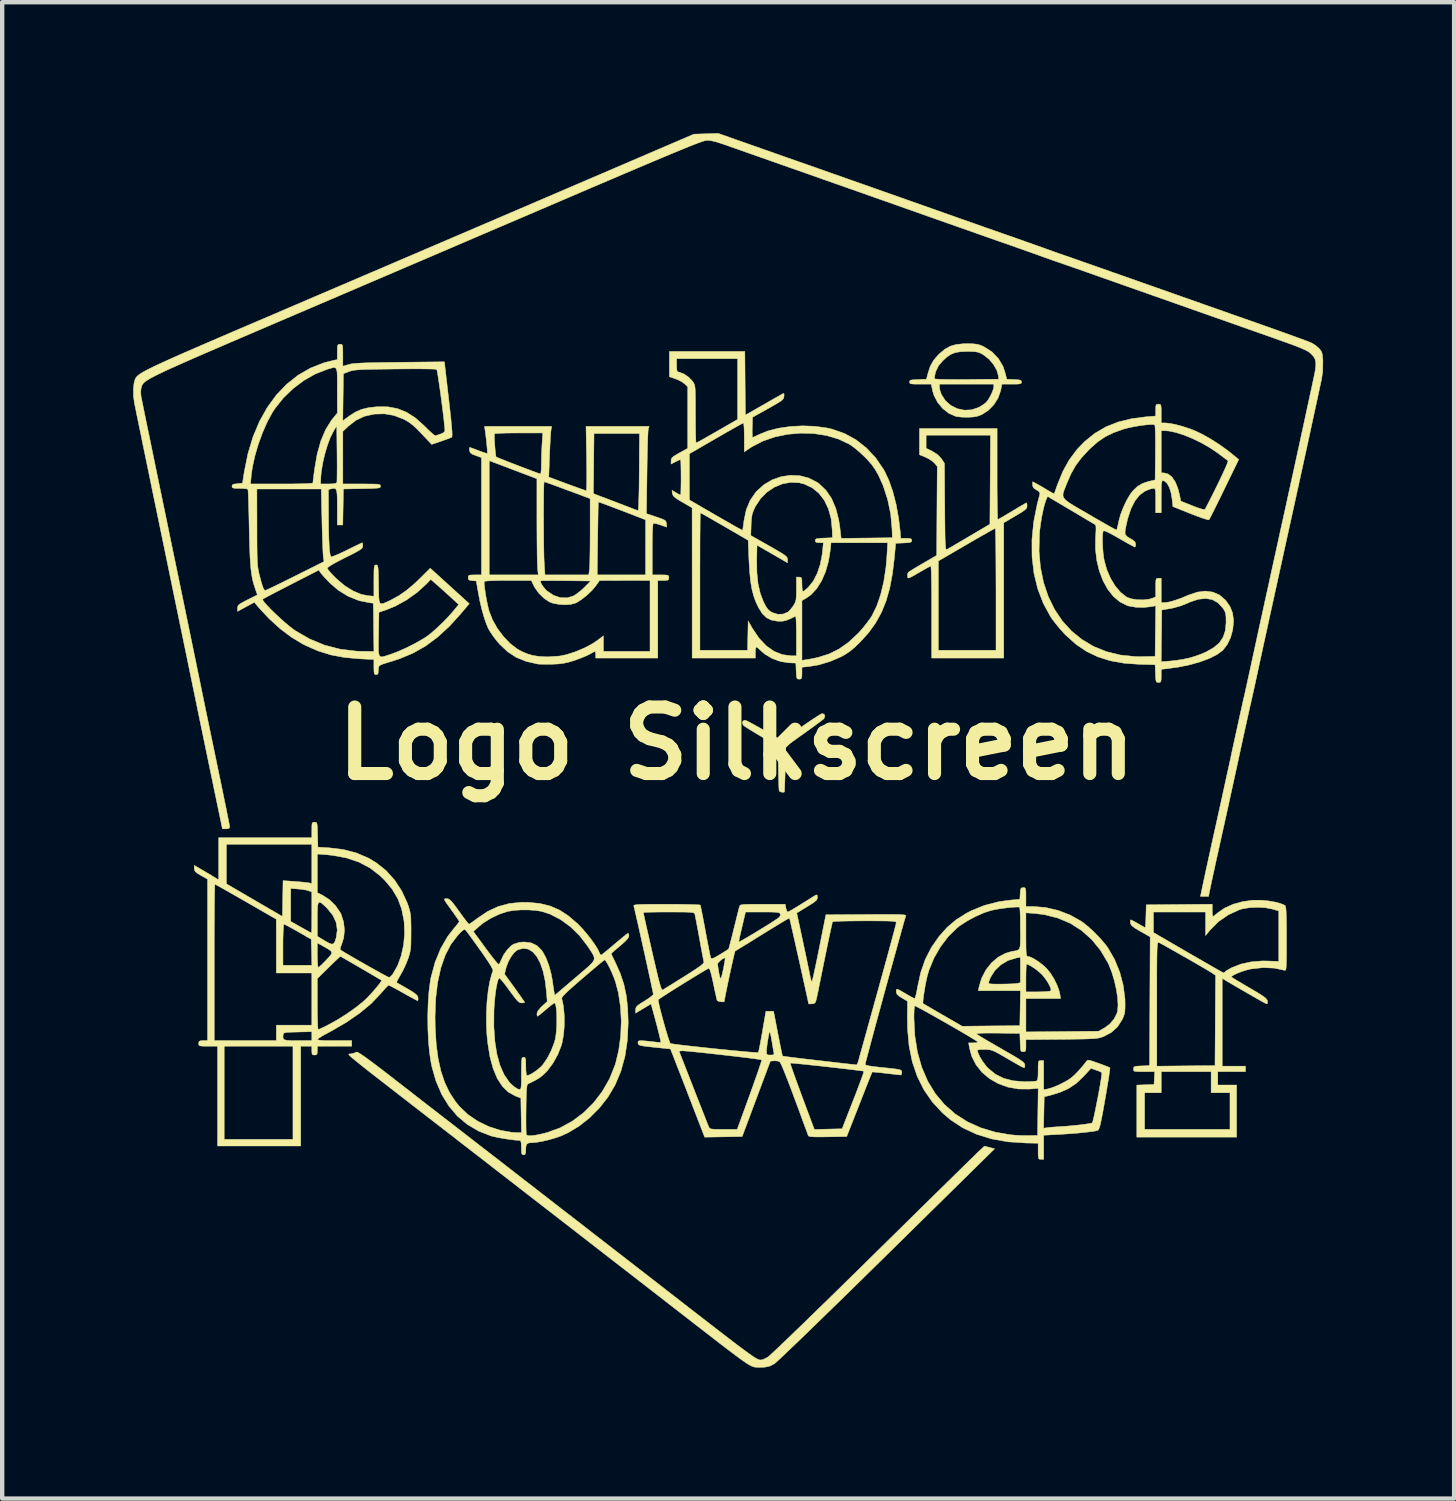
<source format=kicad_pcb>
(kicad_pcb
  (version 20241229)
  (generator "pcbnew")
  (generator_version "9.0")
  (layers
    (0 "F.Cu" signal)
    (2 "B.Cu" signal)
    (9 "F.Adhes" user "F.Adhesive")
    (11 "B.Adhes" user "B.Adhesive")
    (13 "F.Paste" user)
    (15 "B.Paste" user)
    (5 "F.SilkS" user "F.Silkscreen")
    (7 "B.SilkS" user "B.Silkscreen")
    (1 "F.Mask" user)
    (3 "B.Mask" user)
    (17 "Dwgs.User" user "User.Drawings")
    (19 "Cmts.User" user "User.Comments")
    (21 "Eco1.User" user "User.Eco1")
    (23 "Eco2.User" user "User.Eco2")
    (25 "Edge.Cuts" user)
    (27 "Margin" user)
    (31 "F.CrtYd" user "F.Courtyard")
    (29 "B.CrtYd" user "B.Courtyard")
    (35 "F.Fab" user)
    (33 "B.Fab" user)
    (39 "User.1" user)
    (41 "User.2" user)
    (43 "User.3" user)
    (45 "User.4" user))
  (footprint "Logo Silkscreen"
    (layer "F.Cu")
    (at 13.82 13.979)
    (property "Reference" "Logo Silkscreen" (at 0 0 0) (layer "F.SilkS") (effects (font (size 1.524 1.524) (thickness 0.3))))
    (attr through_hole)
    (fp_poly (pts (xy 2.01 -0.667) (xy 2.025 -0.623) (xy 2.004 -0.571) (xy 1.997 -0.563) (xy 1.964 -0.536) (xy 1.896 -0.484) (xy 1.801 -0.414) (xy 1.686 -0.331) (xy 1.558 -0.239) (xy 1.543 -0.228) (xy 1.13 0.065) (xy 1.116 0.585) (xy 1.112 0.742) (xy 1.107 0.88) (xy 1.103 0.993) (xy 1.1 1.071) (xy 1.098 1.109) (xy 1.097 1.111) (xy 1.064 1.12) (xy 1.015 1.111) (xy 0.98 1.091) (xy 0.977 1.086) (xy 0.973 1.052) (xy 0.969 0.975) (xy 0.965 0.864) (xy 0.962 0.728) (xy 0.959 0.574) (xy 0.959 0.559) (xy 0.953 0.065) (xy 0.575 -0.155) (xy 0.448 -0.23) (xy 0.335 -0.299) (xy 0.243 -0.356) (xy 0.181 -0.397) (xy 0.159 -0.414) (xy 0.134 -0.463) (xy 0.145 -0.51) (xy 0.185 -0.533) (xy 0.192 -0.533) (xy 0.227 -0.521) (xy 0.297 -0.487) (xy 0.394 -0.434) (xy 0.512 -0.369) (xy 0.622 -0.305) (xy 0.749 -0.231) (xy 0.862 -0.167) (xy 0.953 -0.117) (xy 1.014 -0.086) (xy 1.037 -0.076) (xy 1.065 -0.09) (xy 1.127 -0.13) (xy 1.218 -0.19) (xy 1.33 -0.267) (xy 1.457 -0.355) (xy 1.493 -0.381) (xy 1.625 -0.473) (xy 1.744 -0.553) (xy 1.844 -0.618) (xy 1.919 -0.664) (xy 1.961 -0.685) (xy 1.966 -0.686) (xy 2.01 -0.667)) (stroke (width 0.01) (type solid)) (fill yes) (layer "F.SilkS"))
    (fp_poly (pts (xy 5.404 -9.155) (xy 5.492 -9.147) (xy 5.562 -9.131) (xy 5.633 -9.103) (xy 5.668 -9.086) (xy 5.851 -8.97) (xy 5.997 -8.819) (xy 6.104 -8.639) (xy 6.159 -8.471) (xy 6.189 -8.344) (xy 6.358 -8.336) (xy 6.449 -8.331) (xy 6.501 -8.321) (xy 6.523 -8.304) (xy 6.528 -8.279) (xy 6.524 -8.255) (xy 6.505 -8.241) (xy 6.461 -8.233) (xy 6.383 -8.23) (xy 6.304 -8.23) (xy 6.081 -8.23) (xy 6.05 -8.079) (xy 5.992 -7.914) (xy 5.896 -7.761) (xy 5.77 -7.631) (xy 5.623 -7.535) (xy 5.516 -7.494) (xy 5.421 -7.478) (xy 5.298 -7.471) (xy 5.169 -7.474) (xy 5.058 -7.485) (xy 5.013 -7.495) (xy 4.86 -7.564) (xy 4.721 -7.674) (xy 4.605 -7.814) (xy 4.523 -7.973) (xy 4.491 -8.079) (xy 4.46 -8.23) (xy 4.648 -8.23) (xy 4.649 -8.16) (xy 4.66 -8.092) (xy 4.687 -8.01) (xy 4.696 -7.988) (xy 4.788 -7.848) (xy 4.911 -7.741) (xy 5.058 -7.668) (xy 5.218 -7.634) (xy 5.382 -7.642) (xy 5.54 -7.694) (xy 5.547 -7.698) (xy 5.626 -7.744) (xy 5.697 -7.794) (xy 5.712 -7.807) (xy 5.763 -7.868) (xy 5.815 -7.957) (xy 5.86 -8.052) (xy 5.888 -8.137) (xy 5.893 -8.172) (xy 5.893 -8.23) (xy 4.648 -8.23) (xy 4.46 -8.23) (xy 4.211 -8.23) (xy 4.097 -8.23) (xy 4.024 -8.234) (xy 3.984 -8.242) (xy 3.966 -8.257) (xy 3.962 -8.279) (xy 3.968 -8.305) (xy 3.99 -8.321) (xy 4.04 -8.33) (xy 4.128 -8.335) (xy 4.156 -8.336) (xy 4.35 -8.344) (xy 4.358 -8.373) (xy 4.534 -8.373) (xy 4.536 -8.353) (xy 4.564 -8.347) (xy 4.637 -8.343) (xy 4.748 -8.339) (xy 4.892 -8.337) (xy 5.061 -8.336) (xy 5.251 -8.337) (xy 5.279 -8.337) (xy 6.007 -8.344) (xy 5.999 -8.418) (xy 5.963 -8.547) (xy 5.888 -8.679) (xy 5.784 -8.801) (xy 5.659 -8.9) (xy 5.642 -8.91) (xy 5.581 -8.943) (xy 5.524 -8.963) (xy 5.456 -8.974) (xy 5.362 -8.978) (xy 5.283 -8.979) (xy 5.126 -8.973) (xy 5.004 -8.951) (xy 4.901 -8.908) (xy 4.803 -8.838) (xy 4.72 -8.761) (xy 4.626 -8.649) (xy 4.569 -8.532) (xy 4.562 -8.509) (xy 4.542 -8.431) (xy 4.534 -8.373) (xy 4.358 -8.373) (xy 4.385 -8.477) (xy 4.437 -8.638) (xy 4.51 -8.77) (xy 4.615 -8.894) (xy 4.652 -8.93) (xy 4.772 -9.03) (xy 4.892 -9.097) (xy 5.026 -9.137) (xy 5.189 -9.155) (xy 5.283 -9.157) (xy 5.404 -9.155)) (stroke (width 0.01) (type solid)) (fill yes) (layer "F.SilkS"))
    (fp_poly (pts (xy 5.969 -6.172) (xy 5.969 -5.948) (xy 5.97 -5.74) (xy 5.972 -5.554) (xy 5.974 -5.395) (xy 5.977 -5.269) (xy 5.98 -5.181) (xy 5.983 -5.136) (xy 5.984 -5.131) (xy 6.011 -5.143) (xy 6.072 -5.177) (xy 6.161 -5.229) (xy 6.268 -5.293) (xy 6.316 -5.321) (xy 6.429 -5.389) (xy 6.525 -5.446) (xy 6.598 -5.488) (xy 6.638 -5.51) (xy 6.643 -5.512) (xy 6.652 -5.49) (xy 6.655 -5.44) (xy 6.651 -5.407) (xy 6.634 -5.376) (xy 6.596 -5.342) (xy 6.532 -5.297) (xy 6.432 -5.237) (xy 6.388 -5.211) (xy 6.121 -5.054) (xy 6.121 -1.956) (xy 4.47 -1.956) (xy 4.47 -3.01) (xy 4.47 -3.236) (xy 4.469 -3.445) (xy 4.467 -3.632) (xy 4.464 -3.793) (xy 4.461 -3.921) (xy 4.457 -4.011) (xy 4.453 -4.058) (xy 4.451 -4.064) (xy 4.423 -4.051) (xy 4.361 -4.018) (xy 4.274 -3.969) (xy 4.178 -3.914) (xy 4.07 -3.851) (xy 3.997 -3.811) (xy 3.953 -3.791) (xy 3.93 -3.79) (xy 3.92 -3.805) (xy 3.916 -3.829) (xy 3.919 -3.887) (xy 3.934 -3.919) (xy 3.964 -3.94) (xy 4.03 -3.982) (xy 4.123 -4.038) (xy 4.233 -4.104) (xy 4.272 -4.126) (xy 4.363 -4.179) (xy 4.623 -4.179) (xy 4.623 -2.134) (xy 5.944 -2.134) (xy 5.944 -3.531) (xy 5.943 -3.792) (xy 5.942 -4.037) (xy 5.941 -4.262) (xy 5.939 -4.461) (xy 5.937 -4.631) (xy 5.934 -4.767) (xy 5.931 -4.864) (xy 5.928 -4.918) (xy 5.926 -4.928) (xy 5.901 -4.915) (xy 5.837 -4.881) (xy 5.741 -4.826) (xy 5.617 -4.756) (xy 5.472 -4.673) (xy 5.312 -4.58) (xy 5.266 -4.553) (xy 4.623 -4.179) (xy 4.363 -4.179) (xy 4.585 -4.308) (xy 4.591 -5.327) (xy 4.598 -6.345) (xy 4.534 -6.422) (xy 4.474 -6.475) (xy 4.388 -6.528) (xy 4.33 -6.556) (xy 4.191 -6.613) (xy 4.191 -7.061) (xy 4.343 -7.061) (xy 4.343 -6.762) (xy 4.484 -6.693) (xy 4.615 -6.61) (xy 4.694 -6.521) (xy 4.763 -6.417) (xy 4.77 -5.418) (xy 4.772 -5.166) (xy 4.774 -4.961) (xy 4.776 -4.797) (xy 4.779 -4.671) (xy 4.783 -4.577) (xy 4.787 -4.512) (xy 4.793 -4.47) (xy 4.8 -4.448) (xy 4.809 -4.44) (xy 4.819 -4.443) (xy 4.821 -4.444) (xy 4.855 -4.463) (xy 4.926 -4.505) (xy 5.026 -4.564) (xy 5.149 -4.636) (xy 5.286 -4.717) (xy 5.334 -4.745) (xy 5.804 -5.022) (xy 5.817 -7.061) (xy 4.343 -7.061) (xy 4.191 -7.061) (xy 4.191 -7.214) (xy 5.969 -7.214) (xy 5.969 -6.172)) (stroke (width 0.01) (type solid)) (fill yes) (layer "F.SilkS"))
    (fp_poly (pts (xy -8.688 7.07) (xy -8.649 7.089) (xy -8.586 7.129) (xy -8.497 7.191) (xy -8.379 7.278) (xy -8.23 7.39) (xy -8.046 7.53) (xy -7.826 7.701) (xy -7.82 7.706) (xy -7.607 7.871) (xy -7.38 8.047) (xy -7.149 8.227) (xy -6.921 8.403) (xy -6.707 8.569) (xy -6.514 8.718) (xy -6.359 8.838) (xy -6.23 8.938) (xy -6.066 9.065) (xy -5.873 9.215) (xy -5.656 9.382) (xy -5.421 9.564) (xy -5.174 9.756) (xy -4.92 9.953) (xy -4.664 10.151) (xy -4.413 10.346) (xy -4.394 10.36) (xy -4.152 10.549) (xy -3.911 10.735) (xy -3.677 10.916) (xy -3.455 11.089) (xy -3.248 11.249) (xy -3.062 11.393) (xy -2.901 11.518) (xy -2.77 11.62) (xy -2.673 11.695) (xy -2.654 11.709) (xy -2.548 11.792) (xy -2.408 11.9) (xy -2.242 12.029) (xy -2.057 12.172) (xy -1.86 12.325) (xy -1.658 12.482) (xy -1.458 12.638) (xy -1.425 12.663) (xy -1.108 12.91) (xy -0.828 13.127) (xy -0.583 13.316) (xy -0.371 13.48) (xy -0.189 13.62) (xy -0.035 13.738) (xy 0.095 13.836) (xy 0.203 13.916) (xy 0.29 13.979) (xy 0.36 14.028) (xy 0.415 14.065) (xy 0.459 14.09) (xy 0.492 14.107) (xy 0.518 14.117) (xy 0.539 14.121) (xy 0.559 14.122) (xy 0.56 14.122) (xy 0.61 14.109) (xy 0.681 14.076) (xy 0.721 14.053) (xy 0.753 14.026) (xy 0.819 13.966) (xy 0.916 13.875) (xy 1.042 13.755) (xy 1.196 13.608) (xy 1.374 13.436) (xy 1.574 13.243) (xy 1.794 13.028) (xy 2.032 12.797) (xy 2.286 12.549) (xy 2.552 12.288) (xy 2.83 12.016) (xy 3.102 11.747) (xy 3.389 11.465) (xy 3.668 11.191) (xy 3.936 10.927) (xy 4.191 10.675) (xy 4.432 10.439) (xy 4.655 10.22) (xy 4.858 10.021) (xy 5.039 9.843) (xy 5.195 9.69) (xy 5.324 9.563) (xy 5.424 9.466) (xy 5.493 9.399) (xy 5.525 9.367) (xy 5.679 9.223) (xy 5.795 9.253) (xy 5.912 9.284) (xy 3.448 11.709) (xy 3.15 12.002) (xy 2.861 12.286) (xy 2.583 12.558) (xy 2.317 12.818) (xy 2.067 13.061) (xy 1.835 13.287) (xy 1.622 13.494) (xy 1.431 13.679) (xy 1.263 13.839) (xy 1.122 13.974) (xy 1.01 14.08) (xy 0.928 14.156) (xy 0.879 14.199) (xy 0.868 14.208) (xy 0.767 14.26) (xy 0.658 14.285) (xy 0.598 14.29) (xy 0.506 14.291) (xy 0.43 14.287) (xy 0.394 14.28) (xy 0.366 14.27) (xy 0.338 14.258) (xy 0.308 14.243) (xy 0.272 14.223) (xy 0.228 14.195) (xy 0.174 14.158) (xy 0.106 14.11) (xy 0.023 14.049) (xy -0.079 13.973) (xy -0.203 13.879) (xy -0.35 13.767) (xy -0.523 13.633) (xy -0.726 13.476) (xy -0.961 13.294) (xy -1.23 13.085) (xy -1.536 12.848) (xy -1.577 12.816) (xy -1.776 12.661) (xy -1.979 12.504) (xy -2.177 12.35) (xy -2.364 12.205) (xy -2.534 12.073) (xy -2.679 11.961) (xy -2.791 11.874) (xy -2.807 11.862) (xy -3.253 11.516) (xy -3.661 11.199) (xy -4.033 10.911) (xy -4.371 10.649) (xy -4.676 10.413) (xy -4.951 10.199) (xy -5.198 10.008) (xy -5.419 9.837) (xy -5.615 9.685) (xy -5.788 9.55) (xy -5.942 9.432) (xy -6.077 9.327) (xy -6.195 9.235) (xy -6.3 9.155) (xy -6.391 9.084) (xy -6.426 9.056) (xy -6.796 8.77) (xy -7.128 8.513) (xy -7.423 8.285) (xy -7.685 8.082) (xy -7.914 7.904) (xy -8.113 7.75) (xy -8.284 7.617) (xy -8.429 7.504) (xy -8.549 7.409) (xy -8.647 7.33) (xy -8.725 7.267) (xy -8.785 7.218) (xy -8.829 7.18) (xy -8.858 7.152) (xy -8.875 7.133) (xy -8.882 7.121) (xy -8.881 7.115) (xy -8.873 7.112) (xy -8.861 7.111) (xy -8.846 7.111) (xy -8.832 7.11) (xy -8.83 7.11) (xy -8.76 7.093) (xy -8.71 7.071) (xy -8.707 7.069) (xy -8.688 7.07)) (stroke (width 0.01) (type solid)) (fill yes) (layer "F.SilkS"))
    (fp_poly (pts (xy 12.171 3.605) (xy 12.31 3.628) (xy 12.432 3.657) (xy 12.524 3.69) (xy 12.567 3.714) (xy 12.576 3.735) (xy 12.584 3.782) (xy 12.59 3.861) (xy 12.594 3.974) (xy 12.597 4.127) (xy 12.598 4.324) (xy 12.598 4.475) (xy 12.598 4.688) (xy 12.598 4.855) (xy 12.596 4.982) (xy 12.593 5.074) (xy 12.589 5.136) (xy 12.583 5.174) (xy 12.574 5.193) (xy 12.563 5.198) (xy 12.554 5.196) (xy 12.316 5.146) (xy 12.058 5.135) (xy 11.789 5.165) (xy 11.778 5.167) (xy 11.682 5.19) (xy 11.581 5.222) (xy 11.486 5.258) (xy 11.407 5.294) (xy 11.353 5.326) (xy 11.337 5.349) (xy 11.339 5.353) (xy 11.365 5.37) (xy 11.427 5.408) (xy 11.519 5.463) (xy 11.633 5.531) (xy 11.754 5.601) (xy 11.898 5.686) (xy 12.004 5.751) (xy 12.077 5.8) (xy 12.123 5.837) (xy 12.149 5.868) (xy 12.161 5.896) (xy 12.162 5.905) (xy 12.162 5.955) (xy 12.142 5.964) (xy 12.132 5.961) (xy 12.101 5.945) (xy 12.033 5.908) (xy 11.938 5.854) (xy 11.823 5.789) (xy 11.697 5.716) (xy 11.566 5.641) (xy 11.44 5.568) (xy 11.327 5.501) (xy 11.233 5.446) (xy 11.208 5.43) (xy 11.125 5.381) (xy 11.125 7.391) (xy 11.659 7.391) (xy 11.659 7.518) (xy 11.024 7.518) (xy 11.024 7.823) (xy 11.455 7.823) (xy 11.455 9.017) (xy 9.169 9.017) (xy 9.169 8.001) (xy 9.347 8.001) (xy 9.347 8.839) (xy 11.303 8.839) (xy 11.303 8.001) (xy 10.871 8.001) (xy 10.871 7.518) (xy 9.728 7.518) (xy 9.728 8.001) (xy 9.347 8.001) (xy 9.169 8.001) (xy 9.169 7.825) (xy 9.563 7.811) (xy 9.571 7.664) (xy 9.578 7.518) (xy 9.336 7.518) (xy 9.224 7.518) (xy 9.153 7.515) (xy 9.114 7.507) (xy 9.097 7.492) (xy 9.093 7.466) (xy 9.093 7.456) (xy 9.096 7.424) (xy 9.112 7.404) (xy 9.152 7.394) (xy 9.227 7.388) (xy 9.277 7.386) (xy 9.461 7.379) (xy 9.468 5.967) (xy 9.627 5.967) (xy 9.627 7.392) (xy 10.293 7.385) (xy 10.96 7.379) (xy 10.973 5.312) (xy 10.903 5.264) (xy 10.86 5.236) (xy 10.781 5.189) (xy 10.675 5.127) (xy 10.548 5.053) (xy 10.408 4.972) (xy 10.262 4.888) (xy 10.117 4.806) (xy 9.981 4.729) (xy 9.861 4.661) (xy 9.764 4.607) (xy 9.698 4.571) (xy 9.671 4.558) (xy 9.662 4.557) (xy 9.653 4.563) (xy 9.647 4.58) (xy 9.641 4.613) (xy 9.637 4.665) (xy 9.633 4.74) (xy 9.631 4.842) (xy 9.629 4.974) (xy 9.628 5.141) (xy 9.627 5.346) (xy 9.627 5.594) (xy 9.627 5.887) (xy 9.627 5.967) (xy 9.468 5.967) (xy 9.468 5.904) (xy 9.475 4.43) (xy 9.252 4.304) (xy 9.147 4.242) (xy 9.079 4.195) (xy 9.041 4.158) (xy 9.024 4.122) (xy 9.022 4.108) (xy 9.021 4.058) (xy 9.03 4.039) (xy 9.059 4.051) (xy 9.118 4.082) (xy 9.196 4.126) (xy 9.198 4.128) (xy 9.275 4.172) (xy 9.333 4.204) (xy 9.36 4.216) (xy 9.36 4.216) (xy 9.365 4.193) (xy 9.371 4.129) (xy 9.375 4.036) (xy 9.378 3.956) (xy 9.381 3.861) (xy 9.55 3.861) (xy 9.551 4.096) (xy 9.551 4.331) (xy 10.344 4.792) (xy 10.527 4.897) (xy 10.696 4.995) (xy 10.846 5.081) (xy 10.971 5.153) (xy 11.069 5.208) (xy 11.132 5.243) (xy 11.155 5.255) (xy 11.183 5.24) (xy 11.189 5.232) (xy 11.219 5.208) (xy 11.28 5.17) (xy 11.352 5.132) (xy 11.552 5.054) (xy 11.785 5.003) (xy 12.038 4.982) (xy 12.169 4.983) (xy 12.421 4.993) (xy 12.421 3.837) (xy 12.275 3.794) (xy 12.117 3.763) (xy 11.936 3.753) (xy 11.752 3.761) (xy 11.586 3.789) (xy 11.521 3.808) (xy 11.269 3.923) (xy 11.042 4.079) (xy 10.848 4.274) (xy 10.845 4.277) (xy 10.744 4.4) (xy 10.744 3.861) (xy 9.55 3.861) (xy 9.381 3.861) (xy 9.385 3.696) (xy 10.897 3.682) (xy 10.897 3.822) (xy 10.899 3.899) (xy 10.906 3.95) (xy 10.912 3.962) (xy 10.939 3.947) (xy 10.989 3.908) (xy 11.019 3.882) (xy 11.179 3.771) (xy 11.375 3.683) (xy 11.595 3.622) (xy 11.827 3.591) (xy 12.027 3.591) (xy 12.171 3.605)) (stroke (width 0.01) (type solid)) (fill yes) (layer "F.SilkS"))
    (fp_poly (pts (xy -4.251 -7.156) (xy -4.257 -7.096) (xy -4.263 -6.996) (xy -4.27 -6.866) (xy -4.277 -6.716) (xy -4.283 -6.575) (xy -4.3 -6.102) (xy -4.15 -6.046) (xy -3.949 -5.971) (xy -3.775 -5.907) (xy -3.633 -5.856) (xy -3.528 -5.818) (xy -3.462 -5.796) (xy -3.441 -5.791) (xy -3.437 -5.816) (xy -3.433 -5.884) (xy -3.431 -5.991) (xy -3.431 -6.13) (xy -3.431 -6.295) (xy -3.434 -6.478) (xy -3.434 -6.528) (xy -3.447 -7.264) (xy -2.001 -7.264) (xy -2.019 -7.207) (xy -2.024 -7.169) (xy -2.029 -7.087) (xy -2.034 -6.966) (xy -2.038 -6.812) (xy -2.043 -6.631) (xy -2.047 -6.43) (xy -2.05 -6.214) (xy -2.05 -6.207) (xy -2.063 -5.264) (xy -1.838 -5.189) (xy -1.732 -5.153) (xy -1.666 -5.126) (xy -1.629 -5.102) (xy -1.612 -5.074) (xy -1.605 -5.036) (xy -1.605 -5.034) (xy -1.597 -4.955) (xy -1.741 -5.004) (xy -1.822 -5.029) (xy -1.883 -5.041) (xy -1.908 -5.04) (xy -1.914 -5.012) (xy -1.92 -4.94) (xy -1.925 -4.832) (xy -1.928 -4.695) (xy -1.93 -4.537) (xy -1.93 -4.444) (xy -1.93 -3.861) (xy -1.74 -3.861) (xy -1.643 -3.86) (xy -1.586 -3.855) (xy -1.559 -3.843) (xy -1.55 -3.82) (xy -1.549 -3.797) (xy -1.554 -3.76) (xy -1.575 -3.741) (xy -1.625 -3.734) (xy -1.676 -3.734) (xy -1.803 -3.734) (xy -1.803 -1.956) (xy -3.226 -1.956) (xy -3.226 -2.032) (xy -3.23 -2.086) (xy -3.24 -2.108) (xy -3.24 -2.108) (xy -3.269 -2.096) (xy -3.325 -2.067) (xy -3.361 -2.046) (xy -3.433 -2.01) (xy -3.536 -1.967) (xy -3.652 -1.923) (xy -3.708 -1.903) (xy -3.843 -1.862) (xy -3.959 -1.836) (xy -4.08 -1.821) (xy -4.216 -1.815) (xy -4.336 -1.813) (xy -4.445 -1.814) (xy -4.527 -1.817) (xy -4.559 -1.82) (xy -4.819 -1.88) (xy -5.045 -1.972) (xy -5.246 -2.103) (xy -5.428 -2.276) (xy -5.509 -2.372) (xy -5.578 -2.464) (xy -5.641 -2.557) (xy -5.685 -2.632) (xy -5.686 -2.633) (xy -5.734 -2.748) (xy -5.785 -2.9) (xy -5.835 -3.078) (xy -5.88 -3.269) (xy -5.915 -3.454) (xy -5.953 -3.675) (xy -5.78 -3.675) (xy -5.774 -3.6) (xy -5.76 -3.498) (xy -5.742 -3.38) (xy -5.719 -3.257) (xy -5.695 -3.141) (xy -5.67 -3.043) (xy -5.665 -3.026) (xy -5.587 -2.828) (xy -5.476 -2.632) (xy -5.339 -2.45) (xy -5.187 -2.291) (xy -5.025 -2.166) (xy -4.923 -2.108) (xy -4.791 -2.053) (xy -4.668 -2.016) (xy -4.536 -1.995) (xy -4.377 -1.985) (xy -4.316 -1.984) (xy -4.044 -2.003) (xy -3.898 -2.034) (xy -3.685 -2.102) (xy -3.476 -2.191) (xy -3.288 -2.292) (xy -3.183 -2.364) (xy -3.048 -2.465) (xy -3.048 -2.108) (xy -1.981 -2.108) (xy -1.981 -3.734) (xy -2.559 -3.733) (xy -3.137 -3.731) (xy -3.225 -3.608) (xy -3.312 -3.504) (xy -3.423 -3.398) (xy -3.543 -3.303) (xy -3.655 -3.231) (xy -3.698 -3.211) (xy -3.8 -3.185) (xy -3.93 -3.177) (xy -4.069 -3.186) (xy -4.198 -3.21) (xy -4.28 -3.239) (xy -4.405 -3.321) (xy -4.523 -3.435) (xy -4.617 -3.565) (xy -4.643 -3.613) (xy -4.695 -3.724) (xy -4.489 -3.724) (xy -4.488 -3.693) (xy -4.46 -3.638) (xy -4.415 -3.574) (xy -4.361 -3.513) (xy -4.338 -3.492) (xy -4.187 -3.391) (xy -4.033 -3.339) (xy -3.879 -3.336) (xy -3.74 -3.377) (xy -3.67 -3.42) (xy -3.582 -3.487) (xy -3.496 -3.564) (xy -3.486 -3.574) (xy -3.34 -3.721) (xy -3.909 -3.728) (xy -4.074 -3.729) (xy -4.221 -3.73) (xy -4.342 -3.729) (xy -4.432 -3.728) (xy -4.481 -3.725) (xy -4.489 -3.724) (xy -4.695 -3.724) (xy -4.699 -3.734) (xy -5.231 -3.734) (xy -5.39 -3.733) (xy -5.532 -3.73) (xy -5.648 -3.726) (xy -5.731 -3.72) (xy -5.773 -3.714) (xy -5.776 -3.712) (xy -5.78 -3.675) (xy -5.953 -3.675) (xy -5.96 -3.721) (xy -6.054 -3.729) (xy -6.116 -3.739) (xy -6.142 -3.763) (xy -6.147 -3.799) (xy -6.143 -3.833) (xy -6.125 -3.852) (xy -6.08 -3.859) (xy -5.997 -3.861) (xy -5.842 -3.861) (xy -5.664 -3.861) (xy -4.54 -3.861) (xy -4.556 -3.994) (xy -4.559 -4.05) (xy -4.563 -4.149) (xy -4.566 -4.287) (xy -4.568 -4.455) (xy -4.57 -4.648) (xy -4.571 -4.859) (xy -4.572 -5.081) (xy -4.572 -5.095) (xy -4.572 -5.322) (xy -4.419 -5.322) (xy -4.419 -5.134) (xy -4.418 -4.942) (xy -4.417 -4.753) (xy -4.415 -4.574) (xy -4.413 -4.411) (xy -4.41 -4.272) (xy -4.406 -4.162) (xy -4.403 -4.108) (xy -4.387 -3.861) (xy -3.385 -3.861) (xy -3.19 -3.861) (xy -2.083 -3.861) (xy -2.083 -5.122) (xy -2.62 -5.33) (xy -2.775 -5.389) (xy -2.912 -5.441) (xy -3.026 -5.483) (xy -3.11 -5.514) (xy -3.156 -5.529) (xy -3.164 -5.531) (xy -3.165 -5.505) (xy -3.167 -5.434) (xy -3.17 -5.325) (xy -3.172 -5.182) (xy -3.175 -5.013) (xy -3.178 -4.823) (xy -3.18 -4.693) (xy -3.19 -3.861) (xy -3.385 -3.861) (xy -3.369 -3.979) (xy -3.365 -4.034) (xy -3.361 -4.133) (xy -3.358 -4.267) (xy -3.355 -4.429) (xy -3.354 -4.611) (xy -3.353 -4.807) (xy -3.353 -4.852) (xy -3.353 -5.608) (xy -3.658 -5.722) (xy -3.277 -5.722) (xy -2.89 -5.575) (xy -2.749 -5.521) (xy -2.615 -5.47) (xy -2.501 -5.426) (xy -2.416 -5.394) (xy -2.388 -5.382) (xy -2.317 -5.355) (xy -2.267 -5.338) (xy -2.254 -5.335) (xy -2.249 -5.359) (xy -2.244 -5.428) (xy -2.24 -5.534) (xy -2.236 -5.673) (xy -2.232 -5.836) (xy -2.23 -6.019) (xy -2.23 -6.058) (xy -2.228 -6.254) (xy -2.227 -6.441) (xy -2.226 -6.612) (xy -2.225 -6.757) (xy -2.224 -6.869) (xy -2.223 -6.938) (xy -2.223 -6.941) (xy -2.223 -7.099) (xy -3.264 -7.099) (xy -3.271 -6.41) (xy -3.277 -5.722) (xy -3.658 -5.722) (xy -3.872 -5.801) (xy -4.024 -5.858) (xy -4.16 -5.908) (xy -4.273 -5.949) (xy -4.355 -5.978) (xy -4.4 -5.993) (xy -4.405 -5.994) (xy -4.409 -5.97) (xy -4.413 -5.902) (xy -4.415 -5.796) (xy -4.417 -5.66) (xy -4.418 -5.499) (xy -4.419 -5.322) (xy -4.572 -5.322) (xy -4.572 -6.063) (xy -4.947 -6.205) (xy -5.092 -6.26) (xy -5.236 -6.315) (xy -5.365 -6.364) (xy -5.465 -6.402) (xy -5.493 -6.412) (xy -5.664 -6.477) (xy -5.664 -3.861) (xy -5.842 -3.861) (xy -5.842 -6.547) (xy -5.975 -6.595) (xy -6.055 -6.627) (xy -6.097 -6.658) (xy -6.114 -6.697) (xy -6.117 -6.712) (xy -6.119 -6.763) (xy -6.112 -6.782) (xy -6.084 -6.773) (xy -6.021 -6.751) (xy -5.935 -6.718) (xy -5.909 -6.708) (xy -5.819 -6.675) (xy -5.75 -6.652) (xy -5.712 -6.643) (xy -5.709 -6.644) (xy -5.707 -6.672) (xy -5.71 -6.74) (xy -5.719 -6.836) (xy -5.73 -6.948) (xy -5.744 -7.06) (xy -5.547 -7.06) (xy -5.546 -6.99) (xy -5.541 -6.898) (xy -5.534 -6.797) (xy -5.526 -6.699) (xy -5.517 -6.62) (xy -5.509 -6.572) (xy -5.505 -6.564) (xy -5.479 -6.551) (xy -5.413 -6.524) (xy -5.317 -6.486) (xy -5.2 -6.439) (xy -5.069 -6.389) (xy -4.933 -6.337) (xy -4.802 -6.287) (xy -4.683 -6.242) (xy -4.586 -6.206) (xy -4.518 -6.182) (xy -4.489 -6.173) (xy -4.481 -6.196) (xy -4.474 -6.259) (xy -4.471 -6.349) (xy -4.47 -6.394) (xy -4.468 -6.528) (xy -4.463 -6.683) (xy -4.456 -6.831) (xy -4.454 -6.864) (xy -4.437 -7.112) (xy -4.986 -7.112) (xy -5.147 -7.111) (xy -5.291 -7.109) (xy -5.409 -7.105) (xy -5.494 -7.101) (xy -5.539 -7.095) (xy -5.544 -7.093) (xy -5.547 -7.06) (xy -5.744 -7.06) (xy -5.745 -7.066) (xy -5.753 -7.131) (xy -5.772 -7.264) (xy -4.236 -7.264) (xy -4.251 -7.156)) (stroke (width 0.01) (type solid)) (fill yes) (layer "F.SilkS"))
    (fp_poly (pts (xy -9.638 1.805) (xy -9.62 1.815) (xy -9.609 1.843) (xy -9.602 1.898) (xy -9.598 1.987) (xy -9.596 2.089) (xy -9.588 2.375) (xy -9.335 2.39) (xy -9.007 2.43) (xy -8.709 2.507) (xy -8.436 2.623) (xy -8.253 2.732) (xy -8.028 2.911) (xy -7.831 3.13) (xy -7.667 3.381) (xy -7.539 3.66) (xy -7.526 3.696) (xy -7.5 3.775) (xy -7.481 3.844) (xy -7.468 3.913) (xy -7.46 3.993) (xy -7.457 4.097) (xy -7.455 4.235) (xy -7.455 4.318) (xy -7.456 4.477) (xy -7.458 4.596) (xy -7.464 4.686) (xy -7.474 4.759) (xy -7.49 4.827) (xy -7.512 4.899) (xy -7.527 4.94) (xy -7.576 5.064) (xy -7.637 5.194) (xy -7.698 5.304) (xy -7.7 5.308) (xy -7.746 5.387) (xy -7.776 5.447) (xy -7.783 5.479) (xy -7.781 5.481) (xy -7.752 5.496) (xy -7.688 5.532) (xy -7.602 5.581) (xy -7.531 5.622) (xy -7.424 5.687) (xy -7.355 5.735) (xy -7.315 5.773) (xy -7.297 5.809) (xy -7.294 5.824) (xy -7.294 5.874) (xy -7.303 5.893) (xy -7.331 5.881) (xy -7.393 5.848) (xy -7.483 5.799) (xy -7.592 5.739) (xy -7.634 5.715) (xy -7.748 5.651) (xy -7.847 5.598) (xy -7.921 5.559) (xy -7.963 5.539) (xy -7.968 5.537) (xy -7.992 5.556) (xy -8.04 5.605) (xy -8.105 5.677) (xy -8.16 5.741) (xy -8.373 5.963) (xy -8.634 6.179) (xy -8.942 6.391) (xy -9.301 6.599) (xy -9.397 6.65) (xy -9.485 6.698) (xy -9.553 6.741) (xy -9.592 6.772) (xy -9.596 6.778) (xy -9.584 6.79) (xy -9.539 6.798) (xy -9.455 6.804) (xy -9.327 6.807) (xy -9.21 6.807) (xy -8.814 6.807) (xy -8.814 6.934) (xy -9.601 6.934) (xy -9.601 7.036) (xy -9.605 7.101) (xy -9.621 7.13) (xy -9.659 7.137) (xy -9.665 7.137) (xy -9.706 7.132) (xy -9.724 7.106) (xy -9.728 7.045) (xy -9.728 7.036) (xy -9.728 6.934) (xy -9.982 6.934) (xy -9.982 9.22) (xy -11.887 9.22) (xy -11.887 6.934) (xy -11.735 6.934) (xy -11.735 9.068) (xy -10.16 9.068) (xy -10.16 6.934) (xy -11.735 6.934) (xy -11.887 6.934) (xy -12.103 6.934) (xy -12.208 6.934) (xy -12.271 6.93) (xy -12.305 6.92) (xy -12.317 6.901) (xy -12.319 6.871) (xy -12.313 6.83) (xy -12.287 6.812) (xy -12.226 6.807) (xy -12.217 6.807) (xy -12.116 6.807) (xy -12.116 5.016) (xy -11.963 5.016) (xy -11.963 6.807) (xy -10.541 6.807) (xy -10.541 6.728) (xy -10.389 6.728) (xy -10.381 6.764) (xy -10.354 6.787) (xy -10.299 6.8) (xy -10.209 6.806) (xy -10.078 6.807) (xy -10.046 6.807) (xy -9.728 6.807) (xy -9.728 6.602) (xy -10.052 6.61) (xy -10.185 6.613) (xy -10.276 6.617) (xy -10.333 6.623) (xy -10.364 6.634) (xy -10.378 6.65) (xy -10.384 6.674) (xy -10.384 6.676) (xy -10.389 6.728) (xy -10.541 6.728) (xy -10.541 6.452) (xy -9.728 6.452) (xy -9.728 5.385) (xy -9.601 5.385) (xy -9.601 5.969) (xy -9.6 6.135) (xy -9.598 6.283) (xy -9.594 6.405) (xy -9.59 6.495) (xy -9.584 6.545) (xy -9.581 6.553) (xy -9.551 6.542) (xy -9.487 6.513) (xy -9.399 6.47) (xy -9.335 6.437) (xy -9.131 6.323) (xy -8.922 6.191) (xy -8.724 6.051) (xy -8.553 5.915) (xy -8.53 5.894) (xy -8.465 5.832) (xy -8.391 5.754) (xy -8.314 5.669) (xy -8.242 5.585) (xy -8.183 5.511) (xy -8.143 5.456) (xy -8.13 5.427) (xy -8.131 5.426) (xy -8.157 5.409) (xy -8.219 5.373) (xy -8.308 5.32) (xy -8.417 5.256) (xy -8.537 5.186) (xy -8.662 5.113) (xy -8.783 5.043) (xy -8.892 4.98) (xy -8.982 4.928) (xy -9.045 4.892) (xy -9.073 4.877) (xy -9.074 4.877) (xy -9.094 4.894) (xy -9.144 4.94) (xy -9.217 5.009) (xy -9.305 5.095) (xy -9.342 5.131) (xy -9.601 5.385) (xy -9.728 5.385) (xy -9.728 5.258) (xy -10.541 5.258) (xy -10.541 4.642) (xy -10.541 4.61) (xy -10.389 4.61) (xy -10.389 5.08) (xy -9.727 5.08) (xy -9.732 4.85) (xy -9.601 4.85) (xy -9.599 4.963) (xy -9.594 5.054) (xy -9.587 5.113) (xy -9.579 5.131) (xy -9.553 5.113) (xy -9.501 5.067) (xy -9.434 4.999) (xy -9.398 4.962) (xy -9.324 4.882) (xy -9.28 4.826) (xy -9.271 4.785) (xy -9.297 4.748) (xy -9.361 4.704) (xy -9.466 4.645) (xy -9.474 4.64) (xy -9.601 4.569) (xy -9.601 4.85) (xy -9.732 4.85) (xy -9.741 4.485) (xy -10.042 4.313) (xy -10.153 4.25) (xy -10.25 4.197) (xy -10.322 4.159) (xy -10.362 4.141) (xy -10.366 4.14) (xy -10.373 4.164) (xy -10.379 4.232) (xy -10.384 4.335) (xy -10.388 4.466) (xy -10.389 4.61) (xy -10.541 4.61) (xy -10.542 4.026) (xy -11.236 3.626) (xy -11.407 3.528) (xy -11.563 3.439) (xy -11.7 3.361) (xy -11.812 3.298) (xy -11.893 3.253) (xy -11.939 3.229) (xy -11.947 3.226) (xy -11.95 3.251) (xy -11.952 3.322) (xy -11.955 3.436) (xy -11.957 3.589) (xy -11.959 3.776) (xy -11.96 3.994) (xy -11.962 4.239) (xy -11.963 4.506) (xy -11.963 4.791) (xy -11.963 5.016) (xy -12.116 5.016) (xy -12.116 3.108) (xy -12.268 3.023) (xy -12.351 2.973) (xy -12.397 2.935) (xy -12.417 2.898) (xy -12.421 2.864) (xy -12.421 2.792) (xy -12.3 2.862) (xy -12.213 2.913) (xy -12.108 2.975) (xy -12.021 3.027) (xy -11.862 3.124) (xy -11.862 2.311) (xy -11.684 2.311) (xy -11.684 3.215) (xy -11.043 3.589) (xy -10.401 3.963) (xy -10.39 3.321) (xy -10.211 3.321) (xy -10.211 3.699) (xy -10.211 4.077) (xy -9.976 4.209) (xy -9.879 4.263) (xy -9.8 4.307) (xy -9.749 4.335) (xy -9.735 4.342) (xy -9.733 4.319) (xy -9.731 4.252) (xy -9.729 4.15) (xy -9.729 4.024) (xy -9.601 4.024) (xy -9.601 4.417) (xy -9.43 4.52) (xy -9.334 4.574) (xy -9.27 4.597) (xy -9.228 4.585) (xy -9.198 4.536) (xy -9.169 4.447) (xy -9.169 4.446) (xy -9.145 4.27) (xy -9.17 4.1) (xy -9.246 3.937) (xy -9.371 3.782) (xy -9.373 3.78) (xy -9.453 3.702) (xy -9.511 3.653) (xy -9.552 3.635) (xy -9.578 3.654) (xy -9.593 3.711) (xy -9.599 3.811) (xy -9.601 3.957) (xy -9.601 4.024) (xy -9.729 4.024) (xy -9.729 4.021) (xy -9.728 3.873) (xy -9.728 3.873) (xy -9.728 3.419) (xy -9.601 3.419) (xy -9.485 3.475) (xy -9.327 3.576) (xy -9.187 3.713) (xy -9.079 3.869) (xy -9.055 3.916) (xy -9 4.09) (xy -8.98 4.273) (xy -8.997 4.452) (xy -9.039 4.583) (xy -9.066 4.655) (xy -9.078 4.709) (xy -9.075 4.726) (xy -9.043 4.747) (xy -8.976 4.789) (xy -8.88 4.845) (xy -8.763 4.913) (xy -8.633 4.988) (xy -8.496 5.066) (xy -8.36 5.142) (xy -8.233 5.213) (xy -8.122 5.275) (xy -8.034 5.322) (xy -7.977 5.351) (xy -7.958 5.359) (xy -7.925 5.34) (xy -7.882 5.294) (xy -7.874 5.284) (xy -7.764 5.091) (xy -7.681 4.865) (xy -7.626 4.616) (xy -7.603 4.356) (xy -7.613 4.095) (xy -7.618 4.053) (xy -7.671 3.79) (xy -7.759 3.555) (xy -7.886 3.339) (xy -8.057 3.134) (xy -8.167 3.028) (xy -8.392 2.854) (xy -8.647 2.719) (xy -8.934 2.622) (xy -9.254 2.563) (xy -9.379 2.55) (xy -9.601 2.533) (xy -9.601 3.419) (xy -9.728 3.419) (xy -9.728 3.402) (xy -9.798 3.375) (xy -9.86 3.358) (xy -9.951 3.343) (xy -10.039 3.334) (xy -10.211 3.321) (xy -10.39 3.321) (xy -10.387 3.142) (xy -10.13 3.16) (xy -10.012 3.169) (xy -9.907 3.179) (xy -9.828 3.188) (xy -9.8 3.192) (xy -9.728 3.207) (xy -9.728 2.311) (xy -11.684 2.311) (xy -11.862 2.311) (xy -11.862 2.159) (xy -9.728 2.159) (xy -9.728 1.981) (xy -9.727 1.888) (xy -9.722 1.835) (xy -9.708 1.811) (xy -9.682 1.804) (xy -9.666 1.803) (xy -9.638 1.805)) (stroke (width 0.01) (type solid)) (fill yes) (layer "F.SilkS"))
    (fp_poly (pts (xy 9.695 -7.77) (xy 9.714 -7.758) (xy 9.724 -7.724) (xy 9.728 -7.66) (xy 9.728 -7.556) (xy 9.728 -7.341) (xy 9.826 -7.341) (xy 9.93 -7.331) (xy 10.066 -7.303) (xy 10.221 -7.261) (xy 10.38 -7.209) (xy 10.501 -7.162) (xy 10.672 -7.081) (xy 10.863 -6.973) (xy 11.058 -6.848) (xy 11.244 -6.715) (xy 11.327 -6.649) (xy 11.504 -6.504) (xy 11.173 -5.824) (xy 11.089 -5.651) (xy 11.012 -5.494) (xy 10.944 -5.357) (xy 10.888 -5.246) (xy 10.847 -5.167) (xy 10.825 -5.127) (xy 10.823 -5.123) (xy 10.793 -5.125) (xy 10.726 -5.144) (xy 10.627 -5.178) (xy 10.506 -5.222) (xy 10.399 -5.264) (xy 9.995 -5.426) (xy 9.978 -5.59) (xy 9.954 -5.738) (xy 9.915 -5.862) (xy 9.864 -5.955) (xy 9.806 -6.009) (xy 9.764 -6.02) (xy 9.75 -6.012) (xy 9.74 -5.982) (xy 9.733 -5.925) (xy 9.73 -5.832) (xy 9.728 -5.698) (xy 9.728 -5.652) (xy 9.728 -5.283) (xy 9.601 -5.283) (xy 9.601 -5.563) (xy 9.601 -5.685) (xy 9.598 -5.765) (xy 9.592 -5.812) (xy 9.58 -5.834) (xy 9.56 -5.841) (xy 9.543 -5.842) (xy 9.488 -5.831) (xy 9.409 -5.802) (xy 9.353 -5.777) (xy 9.232 -5.689) (xy 9.125 -5.554) (xy 9.034 -5.374) (xy 8.961 -5.151) (xy 8.927 -5.005) (xy 8.906 -4.896) (xy 8.899 -4.823) (xy 8.913 -4.774) (xy 8.952 -4.734) (xy 9.022 -4.692) (xy 9.065 -4.668) (xy 9.126 -4.62) (xy 9.144 -4.56) (xy 9.138 -4.513) (xy 9.125 -4.497) (xy 9.097 -4.51) (xy 9.034 -4.544) (xy 8.943 -4.594) (xy 8.832 -4.658) (xy 8.763 -4.697) (xy 8.612 -4.783) (xy 8.501 -4.84) (xy 8.432 -4.868) (xy 8.402 -4.868) (xy 8.401 -4.868) (xy 8.389 -4.821) (xy 8.383 -4.736) (xy 8.383 -4.625) (xy 8.388 -4.5) (xy 8.397 -4.374) (xy 8.411 -4.257) (xy 8.422 -4.196) (xy 8.481 -3.983) (xy 8.567 -3.784) (xy 8.673 -3.608) (xy 8.795 -3.464) (xy 8.926 -3.36) (xy 8.952 -3.345) (xy 9.05 -3.312) (xy 9.177 -3.293) (xy 9.313 -3.289) (xy 9.438 -3.302) (xy 9.519 -3.324) (xy 9.601 -3.359) (xy 9.601 -3.572) (xy 9.602 -3.675) (xy 9.606 -3.738) (xy 9.616 -3.771) (xy 9.635 -3.783) (xy 9.665 -3.785) (xy 9.728 -3.785) (xy 9.728 -3.226) (xy 9.8 -3.226) (xy 9.899 -3.238) (xy 10.032 -3.274) (xy 10.191 -3.33) (xy 10.349 -3.397) (xy 10.551 -3.466) (xy 10.739 -3.49) (xy 10.911 -3.467) (xy 11.064 -3.4) (xy 11.195 -3.288) (xy 11.214 -3.266) (xy 11.308 -3.129) (xy 11.362 -2.991) (xy 11.383 -2.833) (xy 11.384 -2.79) (xy 11.366 -2.604) (xy 11.317 -2.425) (xy 11.241 -2.266) (xy 11.144 -2.14) (xy 11.134 -2.13) (xy 11.006 -2.036) (xy 10.834 -1.949) (xy 10.626 -1.871) (xy 10.386 -1.803) (xy 10.124 -1.749) (xy 9.874 -1.714) (xy 9.728 -1.698) (xy 9.728 -1.548) (xy 9.727 -1.464) (xy 9.719 -1.419) (xy 9.701 -1.4) (xy 9.666 -1.397) (xy 9.666 -1.397) (xy 9.635 -1.4) (xy 9.616 -1.414) (xy 9.605 -1.451) (xy 9.599 -1.521) (xy 9.596 -1.6) (xy 9.588 -1.803) (xy 9.233 -1.812) (xy 8.88 -1.837) (xy 8.685 -1.872) (xy 9.727 -1.872) (xy 9.937 -1.888) (xy 10.07 -1.903) (xy 10.22 -1.926) (xy 10.356 -1.954) (xy 10.363 -1.956) (xy 10.493 -1.994) (xy 10.632 -2.043) (xy 10.752 -2.094) (xy 10.76 -2.098) (xy 10.933 -2.197) (xy 11.06 -2.306) (xy 11.145 -2.431) (xy 11.195 -2.58) (xy 11.213 -2.759) (xy 11.213 -2.785) (xy 11.212 -2.893) (xy 11.205 -2.966) (xy 11.187 -3.022) (xy 11.155 -3.078) (xy 11.138 -3.103) (xy 11.028 -3.222) (xy 10.898 -3.295) (xy 10.746 -3.321) (xy 10.574 -3.302) (xy 10.382 -3.237) (xy 10.338 -3.216) (xy 10.171 -3.15) (xy 9.994 -3.101) (xy 9.944 -3.091) (xy 9.741 -3.057) (xy 9.734 -2.465) (xy 9.727 -1.872) (xy 8.685 -1.872) (xy 8.564 -1.893) (xy 8.279 -1.983) (xy 8.018 -2.107) (xy 7.777 -2.27) (xy 7.549 -2.473) (xy 7.509 -2.514) (xy 7.412 -2.621) (xy 7.315 -2.739) (xy 7.23 -2.85) (xy 7.195 -2.901) (xy 7.027 -3.209) (xy 6.899 -3.543) (xy 6.813 -3.9) (xy 6.769 -4.277) (xy 6.768 -4.404) (xy 6.93 -4.404) (xy 6.962 -4.033) (xy 7.033 -3.685) (xy 7.142 -3.363) (xy 7.286 -3.069) (xy 7.463 -2.806) (xy 7.673 -2.576) (xy 7.913 -2.381) (xy 8.18 -2.222) (xy 8.475 -2.103) (xy 8.794 -2.025) (xy 9.136 -1.99) (xy 9.271 -1.989) (xy 9.588 -1.994) (xy 9.595 -2.574) (xy 9.602 -3.154) (xy 9.494 -3.133) (xy 9.328 -3.115) (xy 9.153 -3.119) (xy 8.994 -3.146) (xy 8.948 -3.159) (xy 8.784 -3.241) (xy 8.635 -3.365) (xy 8.506 -3.528) (xy 8.397 -3.723) (xy 8.312 -3.944) (xy 8.253 -4.187) (xy 8.222 -4.445) (xy 8.223 -4.714) (xy 8.227 -4.763) (xy 8.234 -4.892) (xy 8.232 -4.973) (xy 8.219 -5.009) (xy 8.219 -5.009) (xy 8.19 -5.027) (xy 8.124 -5.066) (xy 8.027 -5.124) (xy 7.905 -5.196) (xy 7.765 -5.28) (xy 7.658 -5.343) (xy 7.125 -5.659) (xy 7.091 -5.58) (xy 7.058 -5.484) (xy 7.025 -5.352) (xy 6.993 -5.197) (xy 6.966 -5.032) (xy 6.945 -4.872) (xy 6.939 -4.798) (xy 6.93 -4.404) (xy 6.768 -4.404) (xy 6.767 -4.671) (xy 6.807 -5.077) (xy 6.89 -5.494) (xy 6.938 -5.669) (xy 7.479 -5.669) (xy 7.498 -5.622) (xy 7.54 -5.574) (xy 7.61 -5.52) (xy 7.709 -5.457) (xy 7.844 -5.377) (xy 8.016 -5.278) (xy 8.081 -5.24) (xy 8.24 -5.147) (xy 8.385 -5.064) (xy 8.51 -4.993) (xy 8.609 -4.938) (xy 8.676 -4.902) (xy 8.706 -4.888) (xy 8.707 -4.888) (xy 8.716 -4.916) (xy 8.732 -4.98) (xy 8.751 -5.068) (xy 8.754 -5.084) (xy 8.797 -5.242) (xy 8.861 -5.409) (xy 8.937 -5.57) (xy 9.019 -5.708) (xy 9.081 -5.789) (xy 9.186 -5.888) (xy 9.298 -5.955) (xy 9.438 -6.002) (xy 9.461 -6.007) (xy 9.588 -6.036) (xy 9.595 -6.655) (xy 9.596 -6.83) (xy 9.595 -6.986) (xy 9.593 -7.119) (xy 9.591 -7.163) (xy 9.728 -7.163) (xy 9.728 -6.198) (xy 9.785 -6.198) (xy 9.885 -6.173) (xy 9.975 -6.102) (xy 10.052 -5.988) (xy 10.113 -5.834) (xy 10.144 -5.712) (xy 10.177 -5.551) (xy 10.442 -5.445) (xy 10.549 -5.404) (xy 10.639 -5.374) (xy 10.702 -5.358) (xy 10.726 -5.357) (xy 10.743 -5.385) (xy 10.778 -5.451) (xy 10.829 -5.55) (xy 10.892 -5.675) (xy 10.964 -5.819) (xy 11.013 -5.919) (xy 11.087 -6.071) (xy 11.151 -6.208) (xy 11.203 -6.323) (xy 11.24 -6.41) (xy 11.258 -6.463) (xy 11.259 -6.475) (xy 11.231 -6.496) (xy 11.172 -6.54) (xy 11.092 -6.6) (xy 11.027 -6.649) (xy 10.849 -6.77) (xy 10.654 -6.882) (xy 10.452 -6.981) (xy 10.252 -7.063) (xy 10.064 -7.123) (xy 9.9 -7.157) (xy 9.813 -7.163) (xy 9.728 -7.163) (xy 9.591 -7.163) (xy 9.589 -7.219) (xy 9.584 -7.28) (xy 9.579 -7.296) (xy 9.542 -7.306) (xy 9.465 -7.305) (xy 9.36 -7.295) (xy 9.238 -7.279) (xy 9.108 -7.257) (xy 8.983 -7.231) (xy 8.871 -7.202) (xy 8.852 -7.196) (xy 8.633 -7.117) (xy 8.447 -7.026) (xy 8.279 -6.912) (xy 8.111 -6.765) (xy 8.064 -6.719) (xy 7.899 -6.54) (xy 7.768 -6.365) (xy 7.661 -6.175) (xy 7.566 -5.957) (xy 7.528 -5.86) (xy 7.498 -5.783) (xy 7.48 -5.721) (xy 7.479 -5.669) (xy 6.938 -5.669) (xy 6.947 -5.704) (xy 6.948 -5.744) (xy 6.915 -5.78) (xy 6.872 -5.805) (xy 6.81 -5.848) (xy 6.784 -5.895) (xy 6.782 -5.925) (xy 6.782 -5.996) (xy 6.862 -5.954) (xy 6.924 -5.92) (xy 7.011 -5.87) (xy 7.104 -5.814) (xy 7.106 -5.812) (xy 7.185 -5.766) (xy 7.245 -5.733) (xy 7.274 -5.72) (xy 7.276 -5.72) (xy 7.286 -5.746) (xy 7.309 -5.808) (xy 7.339 -5.895) (xy 7.352 -5.931) (xy 7.476 -6.234) (xy 7.624 -6.5) (xy 7.802 -6.737) (xy 7.973 -6.915) (xy 8.205 -7.102) (xy 8.461 -7.252) (xy 8.744 -7.364) (xy 9.06 -7.441) (xy 9.379 -7.482) (xy 9.601 -7.5) (xy 9.601 -7.636) (xy 9.603 -7.715) (xy 9.612 -7.756) (xy 9.635 -7.77) (xy 9.665 -7.772) (xy 9.695 -7.77)) (stroke (width 0.01) (type solid)) (fill yes) (layer "F.SilkS"))
    (fp_poly (pts (xy 0.197 -8.25) (xy 0.204 -7.522) (xy 0.604 -7.751) (xy 0.735 -7.826) (xy 0.853 -7.894) (xy 0.951 -7.949) (xy 1.019 -7.988) (xy 1.049 -8.005) (xy 1.081 -8.016) (xy 1.09 -7.995) (xy 1.088 -7.95) (xy 1.082 -7.918) (xy 1.067 -7.889) (xy 1.036 -7.858) (xy 0.982 -7.82) (xy 0.9 -7.771) (xy 0.783 -7.704) (xy 0.724 -7.671) (xy 0.368 -7.472) (xy 0.361 -7.241) (xy 0.359 -7.14) (xy 0.361 -7.061) (xy 0.365 -7.017) (xy 0.368 -7.01) (xy 0.397 -7.021) (xy 0.456 -7.048) (xy 0.507 -7.073) (xy 0.717 -7.158) (xy 0.963 -7.221) (xy 1.231 -7.26) (xy 1.511 -7.275) (xy 1.79 -7.265) (xy 2.059 -7.229) (xy 2.189 -7.2) (xy 2.474 -7.1) (xy 2.737 -6.956) (xy 2.976 -6.768) (xy 3.188 -6.541) (xy 3.369 -6.276) (xy 3.389 -6.242) (xy 3.492 -6.023) (xy 3.582 -5.763) (xy 3.657 -5.47) (xy 3.714 -5.151) (xy 3.748 -4.87) (xy 3.763 -4.699) (xy 3.888 -4.699) (xy 3.964 -4.696) (xy 4.001 -4.684) (xy 4.013 -4.659) (xy 4.013 -4.649) (xy 4.008 -4.623) (xy 3.984 -4.607) (xy 3.932 -4.598) (xy 3.841 -4.593) (xy 3.829 -4.592) (xy 3.646 -4.585) (xy 3.616 -4.255) (xy 3.571 -3.883) (xy 3.509 -3.554) (xy 3.425 -3.261) (xy 3.318 -2.997) (xy 3.185 -2.757) (xy 3.024 -2.534) (xy 2.834 -2.325) (xy 2.708 -2.203) (xy 2.599 -2.112) (xy 2.492 -2.04) (xy 2.4 -1.988) (xy 2.146 -1.878) (xy 1.881 -1.799) (xy 1.658 -1.762) (xy 1.499 -1.746) (xy 1.499 -1.609) (xy 1.497 -1.531) (xy 1.488 -1.49) (xy 1.465 -1.475) (xy 1.436 -1.473) (xy 1.404 -1.476) (xy 1.385 -1.492) (xy 1.374 -1.532) (xy 1.369 -1.607) (xy 1.366 -1.657) (xy 1.359 -1.841) (xy 1.205 -1.847) (xy 1.011 -1.876) (xy 0.82 -1.945) (xy 0.648 -2.046) (xy 0.534 -2.146) (xy 0.488 -2.189) (xy 0.455 -2.21) (xy 0.453 -2.21) (xy 0.441 -2.187) (xy 0.433 -2.129) (xy 0.432 -2.083) (xy 0.432 -1.956) (xy -1.016 -1.956) (xy -1.016 -3.708) (xy -0.838 -3.708) (xy -0.838 -2.134) (xy 0.253 -2.134) (xy 0.26 -2.469) (xy 0.267 -2.805) (xy 0.368 -2.63) (xy 0.518 -2.409) (xy 0.682 -2.236) (xy 0.859 -2.111) (xy 1.05 -2.035) (xy 1.251 -2.008) (xy 1.372 -2.007) (xy 1.372 -2.466) (xy 1.371 -2.611) (xy 1.368 -2.737) (xy 1.364 -2.835) (xy 1.358 -2.897) (xy 1.353 -2.915) (xy 1.233 -2.857) (xy 1.143 -2.82) (xy 1.068 -2.802) (xy 0.994 -2.798) (xy 0.934 -2.801) (xy 0.795 -2.827) (xy 0.684 -2.882) (xy 0.592 -2.972) (xy 0.508 -3.105) (xy 0.503 -3.115) (xy 0.44 -3.248) (xy 0.391 -3.386) (xy 0.352 -3.538) (xy 0.323 -3.711) (xy 0.302 -3.916) (xy 0.287 -4.159) (xy 0.283 -4.25) (xy 0.267 -4.654) (xy 0.08 -4.763) (xy 0.327 -4.763) (xy 0.748 -4.525) (xy 0.894 -4.441) (xy 1.002 -4.378) (xy 1.078 -4.331) (xy 1.126 -4.295) (xy 1.153 -4.267) (xy 1.166 -4.241) (xy 1.168 -4.214) (xy 1.168 -4.212) (xy 1.168 -4.138) (xy 1.06 -4.201) (xy 0.992 -4.24) (xy 0.895 -4.296) (xy 0.784 -4.36) (xy 0.711 -4.402) (xy 0.47 -4.541) (xy 0.463 -4.21) (xy 0.467 -3.915) (xy 0.493 -3.66) (xy 0.544 -3.438) (xy 0.618 -3.244) (xy 0.623 -3.235) (xy 0.675 -3.136) (xy 0.72 -3.071) (xy 0.77 -3.027) (xy 0.819 -2.999) (xy 0.942 -2.96) (xy 1.065 -2.963) (xy 1.173 -3.008) (xy 1.177 -3.01) (xy 1.222 -3.053) (xy 1.277 -3.12) (xy 1.301 -3.153) (xy 1.332 -3.203) (xy 1.353 -3.25) (xy 1.357 -3.272) (xy 1.499 -3.272) (xy 1.499 -1.904) (xy 1.607 -1.92) (xy 1.691 -1.934) (xy 1.798 -1.956) (xy 1.88 -1.974) (xy 2.125 -2.052) (xy 2.352 -2.166) (xy 2.569 -2.32) (xy 2.783 -2.52) (xy 2.819 -2.558) (xy 2.91 -2.663) (xy 2.999 -2.776) (xy 3.074 -2.88) (xy 3.1 -2.921) (xy 3.21 -3.143) (xy 3.301 -3.407) (xy 3.373 -3.706) (xy 3.423 -4.033) (xy 3.446 -4.312) (xy 3.462 -4.597) (xy 2.165 -4.597) (xy 2.148 -4.426) (xy 2.107 -4.171) (xy 2.04 -3.935) (xy 1.949 -3.725) (xy 1.837 -3.547) (xy 1.709 -3.408) (xy 1.611 -3.338) (xy 1.499 -3.272) (xy 1.357 -3.272) (xy 1.364 -3.305) (xy 1.37 -3.382) (xy 1.372 -3.493) (xy 1.372 -3.534) (xy 1.372 -3.81) (xy 1.435 -3.81) (xy 1.469 -3.807) (xy 1.488 -3.791) (xy 1.497 -3.75) (xy 1.499 -3.672) (xy 1.499 -3.645) (xy 1.502 -3.561) (xy 1.51 -3.501) (xy 1.521 -3.48) (xy 1.55 -3.496) (xy 1.602 -3.539) (xy 1.65 -3.584) (xy 1.759 -3.72) (xy 1.85 -3.897) (xy 1.919 -4.106) (xy 1.964 -4.34) (xy 1.973 -4.426) (xy 1.989 -4.597) (xy 1.896 -4.597) (xy 1.833 -4.603) (xy 1.807 -4.623) (xy 1.803 -4.647) (xy 1.809 -4.673) (xy 1.831 -4.688) (xy 1.88 -4.697) (xy 1.968 -4.703) (xy 2 -4.704) (xy 2.197 -4.712) (xy 2.192 -4.893) (xy 2.167 -5.147) (xy 2.105 -5.374) (xy 2.011 -5.57) (xy 1.886 -5.732) (xy 1.732 -5.857) (xy 1.551 -5.942) (xy 1.437 -5.971) (xy 1.245 -5.981) (xy 1.052 -5.946) (xy 0.867 -5.87) (xy 0.698 -5.756) (xy 0.551 -5.609) (xy 0.435 -5.433) (xy 0.426 -5.415) (xy 0.385 -5.326) (xy 0.359 -5.25) (xy 0.345 -5.167) (xy 0.337 -5.059) (xy 0.335 -5.004) (xy 0.327 -4.763) (xy 0.08 -4.763) (xy -0.275 -4.969) (xy -0.425 -5.055) (xy -0.56 -5.133) (xy -0.673 -5.198) (xy -0.76 -5.247) (xy -0.813 -5.276) (xy -0.828 -5.283) (xy -0.829 -5.259) (xy -0.831 -5.187) (xy -0.833 -5.074) (xy -0.834 -4.923) (xy -0.836 -4.738) (xy -0.837 -4.524) (xy -0.837 -4.285) (xy -0.838 -4.026) (xy -0.838 -3.751) (xy -0.838 -3.708) (xy -1.016 -3.708) (xy -1.017 -5.397) (xy -1.239 -5.526) (xy -1.343 -5.588) (xy -1.41 -5.634) (xy -1.448 -5.672) (xy -1.465 -5.707) (xy -1.469 -5.726) (xy -1.477 -5.799) (xy -1.385 -5.744) (xy -1.325 -5.71) (xy -1.287 -5.691) (xy -1.281 -5.69) (xy -1.277 -5.714) (xy -1.274 -5.78) (xy -1.272 -5.88) (xy -1.27 -6.005) (xy -1.27 -6.096) (xy -1.271 -6.233) (xy -1.273 -6.351) (xy -1.276 -6.44) (xy -1.281 -6.492) (xy -1.284 -6.502) (xy -1.313 -6.492) (xy -1.37 -6.465) (xy -1.398 -6.451) (xy -1.499 -6.4) (xy -1.499 -6.475) (xy -1.494 -6.514) (xy -1.475 -6.547) (xy -1.431 -6.583) (xy -1.355 -6.628) (xy -1.344 -6.635) (xy -1.079 -6.635) (xy -1.079 -5.578) (xy -0.473 -5.226) (xy -0.315 -5.135) (xy -0.171 -5.053) (xy -0.049 -4.983) (xy 0.047 -4.93) (xy 0.112 -4.895) (xy 0.138 -4.882) (xy 0.139 -4.882) (xy 0.144 -4.909) (xy 0.154 -4.974) (xy 0.166 -5.067) (xy 0.173 -5.116) (xy 0.224 -5.357) (xy 0.312 -5.567) (xy 0.439 -5.751) (xy 0.463 -5.779) (xy 0.63 -5.928) (xy 0.82 -6.04) (xy 1.024 -6.111) (xy 1.236 -6.143) (xy 1.447 -6.133) (xy 1.651 -6.081) (xy 1.839 -5.986) (xy 1.891 -5.95) (xy 2.049 -5.799) (xy 2.177 -5.612) (xy 2.274 -5.385) (xy 2.342 -5.119) (xy 2.368 -4.947) (xy 2.397 -4.698) (xy 2.983 -4.705) (xy 3.569 -4.712) (xy 3.562 -4.915) (xy 3.532 -5.251) (xy 3.462 -5.587) (xy 3.358 -5.907) (xy 3.256 -6.134) (xy 3.18 -6.27) (xy 3.099 -6.386) (xy 2.997 -6.502) (xy 2.934 -6.566) (xy 2.835 -6.659) (xy 2.731 -6.748) (xy 2.636 -6.821) (xy 2.587 -6.853) (xy 2.338 -6.971) (xy 2.064 -7.053) (xy 1.771 -7.098) (xy 1.47 -7.107) (xy 1.169 -7.081) (xy 0.876 -7.02) (xy 0.6 -6.924) (xy 0.349 -6.794) (xy 0.293 -6.757) (xy 0.178 -6.678) (xy 0.178 -7.009) (xy 0.176 -7.132) (xy 0.173 -7.235) (xy 0.167 -7.307) (xy 0.16 -7.34) (xy 0.159 -7.341) (xy 0.133 -7.328) (xy 0.068 -7.294) (xy -0.028 -7.24) (xy -0.151 -7.171) (xy -0.295 -7.089) (xy -0.453 -6.997) (xy -0.47 -6.988) (xy -1.079 -6.635) (xy -1.344 -6.635) (xy -1.308 -6.655) (xy -1.118 -6.76) (xy -1.118 -8.169) (xy -1.189 -8.237) (xy -1.254 -8.285) (xy -1.344 -8.331) (xy -1.398 -8.352) (xy -1.537 -8.4) (xy -1.537 -8.814) (xy -1.372 -8.814) (xy -1.372 -8.665) (xy -1.37 -8.581) (xy -1.362 -8.534) (xy -1.341 -8.512) (xy -1.302 -8.501) (xy -1.201 -8.462) (xy -1.098 -8.391) (xy -1.012 -8.303) (xy -0.998 -8.282) (xy -0.98 -8.255) (xy -0.966 -8.226) (xy -0.956 -8.189) (xy -0.949 -8.139) (xy -0.944 -8.067) (xy -0.942 -7.968) (xy -0.94 -7.835) (xy -0.94 -7.662) (xy -0.94 -7.54) (xy -0.939 -7.363) (xy -0.938 -7.205) (xy -0.936 -7.071) (xy -0.933 -6.968) (xy -0.929 -6.903) (xy -0.926 -6.883) (xy -0.901 -6.896) (xy -0.838 -6.929) (xy -0.745 -6.981) (xy -0.628 -7.048) (xy -0.493 -7.124) (xy -0.443 -7.153) (xy 0.025 -7.423) (xy 0.025 -8.814) (xy -1.372 -8.814) (xy -1.537 -8.814) (xy -1.537 -8.979) (xy 0.191 -8.979) (xy 0.197 -8.25)) (stroke (width 0.01) (type solid)) (fill yes) (layer "F.SilkS"))
    (fp_poly (pts (xy -0.025 -13.835) (xy 0.086 -13.796) (xy 0.239 -13.742) (xy 0.423 -13.677) (xy 0.632 -13.604) (xy 0.859 -13.524) (xy 1.094 -13.441) (xy 1.331 -13.358) (xy 1.397 -13.335) (xy 1.81 -13.19) (xy 2.181 -13.059) (xy 2.517 -12.941) (xy 2.826 -12.832) (xy 3.113 -12.731) (xy 3.385 -12.635) (xy 3.65 -12.542) (xy 3.912 -12.449) (xy 4.18 -12.355) (xy 4.459 -12.256) (xy 4.712 -12.167) (xy 4.954 -12.081) (xy 5.204 -11.993) (xy 5.452 -11.906) (xy 5.689 -11.822) (xy 5.907 -11.746) (xy 6.096 -11.679) (xy 6.247 -11.627) (xy 6.261 -11.622) (xy 6.443 -11.558) (xy 6.633 -11.491) (xy 6.817 -11.426) (xy 6.983 -11.367) (xy 7.115 -11.319) (xy 7.125 -11.316) (xy 7.255 -11.269) (xy 7.378 -11.225) (xy 7.48 -11.19) (xy 7.549 -11.166) (xy 7.556 -11.164) (xy 7.597 -11.15) (xy 7.681 -11.121) (xy 7.805 -11.077) (xy 7.964 -11.021) (xy 8.156 -10.954) (xy 8.375 -10.877) (xy 8.619 -10.791) (xy 8.882 -10.699) (xy 9.161 -10.6) (xy 9.436 -10.503) (xy 9.755 -10.391) (xy 10.084 -10.275) (xy 10.416 -10.158) (xy 10.744 -10.042) (xy 11.061 -9.931) (xy 11.36 -9.825) (xy 11.635 -9.728) (xy 11.878 -9.643) (xy 12.083 -9.571) (xy 12.154 -9.546) (xy 12.365 -9.471) (xy 12.564 -9.4) (xy 12.746 -9.334) (xy 12.904 -9.277) (xy 13.032 -9.229) (xy 13.125 -9.193) (xy 13.177 -9.172) (xy 13.182 -9.169) (xy 13.261 -9.119) (xy 13.337 -9.054) (xy 13.346 -9.045) (xy 13.383 -9.001) (xy 13.407 -8.956) (xy 13.42 -8.895) (xy 13.429 -8.804) (xy 13.431 -8.756) (xy 13.427 -8.526) (xy 13.403 -8.355) (xy 13.375 -8.225) (xy 13.338 -8.052) (xy 13.293 -7.843) (xy 13.241 -7.603) (xy 13.184 -7.34) (xy 13.124 -7.061) (xy 13.061 -6.771) (xy 12.997 -6.478) (xy 12.933 -6.187) (xy 12.872 -5.906) (xy 12.816 -5.652) (xy 12.699 -5.12) (xy 12.588 -4.616) (xy 12.484 -4.142) (xy 12.387 -3.7) (xy 12.298 -3.293) (xy 12.216 -2.922) (xy 12.144 -2.589) (xy 12.08 -2.297) (xy 12.026 -2.048) (xy 11.981 -1.843) (xy 11.947 -1.686) (xy 11.94 -1.651) (xy 11.901 -1.471) (xy 11.859 -1.278) (xy 11.817 -1.09) (xy 11.78 -0.924) (xy 11.76 -0.838) (xy 11.735 -0.726) (xy 11.701 -0.574) (xy 11.661 -0.391) (xy 11.616 -0.187) (xy 11.569 0.029) (xy 11.521 0.248) (xy 11.504 0.33) (xy 11.452 0.57) (xy 11.392 0.845) (xy 11.327 1.14) (xy 11.262 1.44) (xy 11.198 1.73) (xy 11.139 1.995) (xy 11.125 2.057) (xy 11.076 2.278) (xy 11.029 2.495) (xy 10.983 2.7) (xy 10.943 2.886) (xy 10.908 3.044) (xy 10.882 3.167) (xy 10.868 3.232) (xy 10.812 3.505) (xy 10.626 3.505) (xy 10.699 3.156) (xy 10.723 3.047) (xy 10.755 2.896) (xy 10.795 2.714) (xy 10.84 2.508) (xy 10.888 2.288) (xy 10.938 2.062) (xy 10.973 1.905) (xy 11.03 1.648) (xy 11.093 1.363) (xy 11.158 1.064) (xy 11.223 0.766) (xy 11.285 0.485) (xy 11.339 0.235) (xy 11.351 0.178) (xy 11.398 -0.039) (xy 11.446 -0.258) (xy 11.492 -0.468) (xy 11.534 -0.66) (xy 11.571 -0.825) (xy 11.599 -0.953) (xy 11.608 -0.991) (xy 11.641 -1.135) (xy 11.68 -1.312) (xy 11.722 -1.504) (xy 11.764 -1.694) (xy 11.787 -1.803) (xy 11.818 -1.945) (xy 11.859 -2.132) (xy 11.909 -2.364) (xy 11.968 -2.636) (xy 12.036 -2.945) (xy 12.111 -3.29) (xy 12.194 -3.665) (xy 12.282 -4.07) (xy 12.377 -4.5) (xy 12.476 -4.952) (xy 12.58 -5.424) (xy 12.663 -5.804) (xy 12.718 -6.053) (xy 12.776 -6.318) (xy 12.834 -6.585) (xy 12.891 -6.845) (xy 12.943 -7.086) (xy 12.989 -7.296) (xy 13.015 -7.417) (xy 13.057 -7.612) (xy 13.1 -7.809) (xy 13.14 -7.998) (xy 13.177 -8.166) (xy 13.206 -8.303) (xy 13.22 -8.367) (xy 13.252 -8.525) (xy 13.268 -8.645) (xy 13.268 -8.734) (xy 13.251 -8.804) (xy 13.216 -8.864) (xy 13.186 -8.899) (xy 13.158 -8.927) (xy 13.128 -8.953) (xy 13.09 -8.979) (xy 13.039 -9.006) (xy 12.973 -9.037) (xy 12.885 -9.074) (xy 12.771 -9.118) (xy 12.627 -9.171) (xy 12.448 -9.235) (xy 12.23 -9.313) (xy 12.001 -9.393) (xy 11.814 -9.459) (xy 11.585 -9.54) (xy 11.322 -9.633) (xy 11.032 -9.735) (xy 10.721 -9.844) (xy 10.397 -9.959) (xy 10.066 -10.075) (xy 9.735 -10.192) (xy 9.411 -10.306) (xy 9.284 -10.351) (xy 8.993 -10.453) (xy 8.715 -10.551) (xy 8.453 -10.644) (xy 8.211 -10.729) (xy 7.993 -10.806) (xy 7.803 -10.872) (xy 7.645 -10.928) (xy 7.523 -10.97) (xy 7.441 -10.999) (xy 7.404 -11.011) (xy 7.342 -11.032) (xy 7.245 -11.066) (xy 7.125 -11.109) (xy 6.995 -11.155) (xy 6.972 -11.164) (xy 6.844 -11.21) (xy 6.68 -11.268) (xy 6.497 -11.333) (xy 6.307 -11.4) (xy 6.124 -11.464) (xy 6.109 -11.469) (xy 5.963 -11.52) (xy 5.778 -11.585) (xy 5.563 -11.661) (xy 5.327 -11.744) (xy 5.08 -11.831) (xy 4.83 -11.919) (xy 4.586 -12.005) (xy 4.559 -12.014) (xy 4.265 -12.118) (xy 3.988 -12.216) (xy 3.721 -12.31) (xy 3.459 -12.403) (xy 3.194 -12.496) (xy 2.92 -12.593) (xy 2.63 -12.695) (xy 2.318 -12.805) (xy 1.976 -12.925) (xy 1.599 -13.058) (xy 1.245 -13.182) (xy 1.009 -13.265) (xy 0.772 -13.349) (xy 0.542 -13.429) (xy 0.327 -13.505) (xy 0.135 -13.573) (xy -0.027 -13.63) (xy -0.151 -13.673) (xy -0.178 -13.683) (xy -0.334 -13.737) (xy -0.452 -13.775) (xy -0.541 -13.798) (xy -0.61 -13.81) (xy -0.669 -13.813) (xy -0.699 -13.811) (xy -0.73 -13.804) (xy -0.784 -13.788) (xy -0.861 -13.76) (xy -0.965 -13.721) (xy -1.096 -13.669) (xy -1.257 -13.603) (xy -1.45 -13.524) (xy -1.677 -13.429) (xy -1.939 -13.319) (xy -2.239 -13.192) (xy -2.578 -13.048) (xy -2.959 -12.885) (xy -3.384 -12.704) (xy -3.645 -12.592) (xy -4.029 -12.427) (xy -4.454 -12.245) (xy -4.914 -12.048) (xy -5.401 -11.84) (xy -5.91 -11.622) (xy -6.434 -11.397) (xy -6.968 -11.168) (xy -7.504 -10.939) (xy -8.038 -10.71) (xy -8.562 -10.486) (xy -9.07 -10.268) (xy -9.556 -10.06) (xy -9.944 -9.894) (xy -10.426 -9.688) (xy -10.863 -9.501) (xy -11.258 -9.331) (xy -11.613 -9.179) (xy -11.93 -9.042) (xy -12.211 -8.921) (xy -12.459 -8.813) (xy -12.675 -8.718) (xy -12.863 -8.634) (xy -13.023 -8.562) (xy -13.158 -8.498) (xy -13.271 -8.444) (xy -13.363 -8.397) (xy -13.437 -8.357) (xy -13.495 -8.322) (xy -13.54 -8.291) (xy -13.572 -8.264) (xy -13.595 -8.239) (xy -13.611 -8.215) (xy -13.621 -8.192) (xy -13.629 -8.168) (xy -13.636 -8.142) (xy -13.637 -8.138) (xy -13.647 -8.058) (xy -13.641 -7.963) (xy -13.638 -7.947) (xy -13.627 -7.893) (xy -13.607 -7.793) (xy -13.578 -7.649) (xy -13.54 -7.464) (xy -13.494 -7.24) (xy -13.44 -6.981) (xy -13.38 -6.689) (xy -13.314 -6.367) (xy -13.242 -6.019) (xy -13.165 -5.646) (xy -13.083 -5.252) (xy -12.998 -4.839) (xy -12.91 -4.411) (xy -12.818 -3.97) (xy -12.814 -3.95) (xy -12.751 -3.644) (xy -12.685 -3.327) (xy -12.619 -3.007) (xy -12.554 -2.692) (xy -12.492 -2.39) (xy -12.434 -2.109) (xy -12.382 -1.857) (xy -12.338 -1.642) (xy -12.316 -1.537) (xy -12.273 -1.328) (xy -12.222 -1.079) (xy -12.165 -0.8) (xy -12.103 -0.502) (xy -12.039 -0.193) (xy -11.975 0.115) (xy -11.913 0.413) (xy -11.874 0.602) (xy -11.822 0.85) (xy -11.774 1.083) (xy -11.73 1.298) (xy -11.691 1.488) (xy -11.659 1.65) (xy -11.633 1.777) (xy -11.616 1.866) (xy -11.608 1.912) (xy -11.608 1.916) (xy -11.626 1.946) (xy -11.686 1.956) (xy -11.692 1.956) (xy -11.776 1.956) (xy -11.973 1.01) (xy -12.023 0.769) (xy -12.081 0.49) (xy -12.144 0.186) (xy -12.21 -0.132) (xy -12.276 -0.452) (xy -12.34 -0.761) (xy -12.399 -1.049) (xy -12.408 -1.092) (xy -12.46 -1.343) (xy -12.52 -1.634) (xy -12.586 -1.956) (xy -12.657 -2.298) (xy -12.73 -2.651) (xy -12.803 -3.006) (xy -12.875 -3.352) (xy -12.942 -3.68) (xy -12.967 -3.797) (xy -13.058 -4.241) (xy -13.147 -4.672) (xy -13.233 -5.087) (xy -13.315 -5.484) (xy -13.393 -5.859) (xy -13.465 -6.211) (xy -13.532 -6.535) (xy -13.593 -6.829) (xy -13.646 -7.091) (xy -13.693 -7.317) (xy -13.732 -7.505) (xy -13.761 -7.651) (xy -13.782 -7.753) (xy -13.793 -7.808) (xy -13.813 -7.961) (xy -13.815 -8.115) (xy -13.8 -8.25) (xy -13.792 -8.281) (xy -13.785 -8.309) (xy -13.778 -8.334) (xy -13.768 -8.358) (xy -13.754 -8.382) (xy -13.733 -8.407) (xy -13.703 -8.434) (xy -13.662 -8.464) (xy -13.608 -8.498) (xy -13.538 -8.537) (xy -13.451 -8.582) (xy -13.344 -8.635) (xy -13.215 -8.695) (xy -13.062 -8.765) (xy -12.883 -8.846) (xy -12.675 -8.938) (xy -12.436 -9.042) (xy -12.164 -9.16) (xy -11.857 -9.292) (xy -11.513 -9.44) (xy -11.13 -9.604) (xy -10.704 -9.786) (xy -10.235 -9.987) (xy -10.097 -10.046) (xy -9.634 -10.245) (xy -9.144 -10.454) (xy -8.633 -10.673) (xy -8.107 -10.898) (xy -7.573 -11.127) (xy -7.036 -11.357) (xy -6.503 -11.585) (xy -5.981 -11.809) (xy -5.475 -12.026) (xy -4.992 -12.233) (xy -4.538 -12.428) (xy -4.119 -12.608) (xy -3.797 -12.746) (xy -0.978 -13.956) (xy -0.699 -13.965) (xy -0.419 -13.974) (xy -0.025 -13.835)) (stroke (width 0.01) (type solid)) (fill yes) (layer "F.SilkS"))
    (fp_poly (pts (xy -6.635 3.556) (xy -6.603 3.56) (xy -6.57 3.578) (xy -6.531 3.615) (xy -6.479 3.677) (xy -6.408 3.772) (xy -6.353 3.848) (xy -6.277 3.953) (xy -6.211 4.041) (xy -6.16 4.105) (xy -6.131 4.137) (xy -6.127 4.139) (xy -6.099 4.124) (xy -6.043 4.085) (xy -5.968 4.03) (xy -5.944 4.011) (xy -5.703 3.849) (xy -5.459 3.735) (xy -5.203 3.666) (xy -4.927 3.638) (xy -4.763 3.64) (xy -4.501 3.666) (xy -4.27 3.723) (xy -4.057 3.815) (xy -3.854 3.946) (xy -3.65 4.121) (xy -3.617 4.153) (xy -3.518 4.257) (xy -3.416 4.377) (xy -3.319 4.502) (xy -3.235 4.622) (xy -3.172 4.726) (xy -3.136 4.803) (xy -3.115 4.841) (xy -3.099 4.846) (xy -3.073 4.828) (xy -3.016 4.783) (xy -2.935 4.716) (xy -2.838 4.635) (xy -2.794 4.597) (xy -2.692 4.511) (xy -2.603 4.438) (xy -2.535 4.383) (xy -2.494 4.352) (xy -2.487 4.348) (xy -2.47 4.363) (xy -2.464 4.403) (xy -2.474 4.442) (xy -2.51 4.492) (xy -2.576 4.557) (xy -2.667 4.636) (xy -2.751 4.707) (xy -2.818 4.765) (xy -2.86 4.804) (xy -2.87 4.816) (xy -2.86 4.842) (xy -2.831 4.902) (xy -2.791 4.985) (xy -2.778 5.011) (xy -2.665 5.262) (xy -2.581 5.514) (xy -2.524 5.779) (xy -2.492 6.067) (xy -2.481 6.391) (xy -2.481 6.401) (xy -2.5 6.8) (xy -2.555 7.168) (xy -2.649 7.508) (xy -2.781 7.824) (xy -2.788 7.836) (xy -2.945 8.101) (xy -3.14 8.349) (xy -3.364 8.574) (xy -3.608 8.767) (xy -3.866 8.921) (xy -4.014 8.988) (xy -4.145 9.034) (xy -4.292 9.077) (xy -4.439 9.112) (xy -4.571 9.135) (xy -4.67 9.144) (xy -4.757 9.15) (xy -4.804 9.176) (xy -4.823 9.233) (xy -4.826 9.299) (xy -4.829 9.374) (xy -4.841 9.411) (xy -4.867 9.423) (xy -4.877 9.423) (xy -4.904 9.418) (xy -4.92 9.395) (xy -4.926 9.343) (xy -4.928 9.258) (xy -4.931 9.159) (xy -4.944 9.105) (xy -4.959 9.093) (xy -5.057 9.087) (xy -5.186 9.072) (xy -5.329 9.051) (xy -5.468 9.026) (xy -5.584 9) (xy -5.625 8.989) (xy -5.91 8.878) (xy -6.167 8.726) (xy -6.394 8.535) (xy -6.589 8.304) (xy -6.753 8.038) (xy -6.883 7.736) (xy -6.979 7.4) (xy -6.997 7.31) (xy -7.032 7.08) (xy -7.056 6.817) (xy -7.069 6.534) (xy -7.072 6.261) (xy -6.905 6.261) (xy -6.901 6.515) (xy -6.878 6.886) (xy -6.835 7.214) (xy -6.771 7.505) (xy -6.684 7.764) (xy -6.574 7.995) (xy -6.437 8.203) (xy -6.341 8.32) (xy -6.153 8.499) (xy -5.928 8.652) (xy -5.678 8.774) (xy -5.414 8.86) (xy -5.146 8.907) (xy -5.035 8.913) (xy -4.926 8.915) (xy -4.93 8.684) (xy -4.822 8.684) (xy -4.821 8.809) (xy -4.818 8.901) (xy -4.815 8.954) (xy -4.814 8.962) (xy -4.78 8.982) (xy -4.704 8.984) (xy -4.593 8.971) (xy -4.45 8.941) (xy -4.336 8.912) (xy -4.039 8.804) (xy -3.761 8.652) (xy -3.504 8.459) (xy -3.274 8.231) (xy -3.074 7.97) (xy -2.909 7.682) (xy -2.784 7.371) (xy -2.77 7.329) (xy -2.697 7.023) (xy -2.653 6.696) (xy -2.64 6.36) (xy -2.658 6.028) (xy -2.706 5.713) (xy -2.772 5.462) (xy -2.81 5.356) (xy -2.856 5.246) (xy -2.904 5.142) (xy -2.951 5.053) (xy -2.99 4.988) (xy -3.017 4.958) (xy -3.022 4.958) (xy -3.047 4.976) (xy -3.105 5.022) (xy -3.191 5.093) (xy -3.298 5.184) (xy -3.422 5.289) (xy -3.53 5.381) (xy -3.694 5.523) (xy -3.821 5.636) (xy -3.913 5.722) (xy -3.971 5.784) (xy -4 5.823) (xy -4.003 5.838) (xy -3.964 6.019) (xy -3.945 6.229) (xy -3.944 6.451) (xy -3.961 6.669) (xy -3.997 6.865) (xy -4.013 6.921) (xy -4.093 7.124) (xy -4.202 7.321) (xy -4.329 7.492) (xy -4.382 7.548) (xy -4.451 7.612) (xy -4.524 7.666) (xy -4.614 7.719) (xy -4.735 7.779) (xy -4.775 7.798) (xy -4.788 7.811) (xy -4.798 7.841) (xy -4.806 7.895) (xy -4.811 7.977) (xy -4.815 8.094) (xy -4.819 8.252) (xy -4.82 8.371) (xy -4.822 8.536) (xy -4.822 8.684) (xy -4.93 8.684) (xy -4.933 8.519) (xy -4.94 8.123) (xy -5.066 8.075) (xy -5.225 7.988) (xy -5.362 7.855) (xy -5.479 7.675) (xy -5.573 7.451) (xy -5.647 7.18) (xy -5.698 6.865) (xy -5.718 6.662) (xy -5.726 6.489) (xy -5.558 6.489) (xy -5.535 6.82) (xy -5.489 7.113) (xy -5.42 7.367) (xy -5.327 7.58) (xy -5.212 7.749) (xy -5.153 7.811) (xy -5.083 7.87) (xy -5.019 7.911) (xy -4.979 7.925) (xy -4.959 7.922) (xy -4.945 7.91) (xy -4.936 7.881) (xy -4.931 7.826) (xy -4.928 7.738) (xy -4.928 7.61) (xy -4.928 7.556) (xy -4.927 7.413) (xy -4.925 7.312) (xy -4.921 7.247) (xy -4.913 7.21) (xy -4.901 7.193) (xy -4.883 7.188) (xy -4.877 7.188) (xy -4.851 7.192) (xy -4.836 7.212) (xy -4.829 7.257) (xy -4.826 7.339) (xy -4.826 7.39) (xy -4.824 7.486) (xy -4.817 7.561) (xy -4.808 7.601) (xy -4.805 7.604) (xy -4.768 7.601) (xy -4.704 7.572) (xy -4.627 7.523) (xy -4.546 7.464) (xy -4.475 7.401) (xy -4.438 7.361) (xy -4.333 7.208) (xy -4.241 7.028) (xy -4.171 6.843) (xy -4.153 6.776) (xy -4.136 6.677) (xy -4.124 6.558) (xy -4.118 6.427) (xy -4.117 6.295) (xy -4.12 6.172) (xy -4.129 6.066) (xy -4.142 5.988) (xy -4.16 5.947) (xy -4.168 5.944) (xy -4.196 5.959) (xy -4.252 6.001) (xy -4.326 6.061) (xy -4.367 6.096) (xy -4.446 6.163) (xy -4.51 6.215) (xy -4.55 6.244) (xy -4.558 6.248) (xy -4.569 6.227) (xy -4.572 6.188) (xy -4.55 6.127) (xy -4.484 6.048) (xy -4.454 6.019) (xy -4.336 5.911) (xy -4.353 5.693) (xy -4.383 5.438) (xy -4.431 5.216) (xy -4.495 5.031) (xy -4.574 4.883) (xy -4.665 4.776) (xy -4.767 4.712) (xy -4.879 4.694) (xy -4.999 4.722) (xy -5.025 4.735) (xy -5.094 4.792) (xy -5.164 4.884) (xy -5.227 5) (xy -5.274 5.124) (xy -5.284 5.161) (xy -5.313 5.282) (xy -5.082 5.601) (xy -5.003 5.712) (xy -4.936 5.807) (xy -4.885 5.88) (xy -4.856 5.924) (xy -4.851 5.932) (xy -4.873 5.94) (xy -4.923 5.944) (xy -4.955 5.939) (xy -4.989 5.92) (xy -5.029 5.882) (xy -5.083 5.817) (xy -5.155 5.72) (xy -5.205 5.652) (xy -5.281 5.548) (xy -5.349 5.462) (xy -5.4 5.402) (xy -5.431 5.373) (xy -5.436 5.372) (xy -5.459 5.41) (xy -5.482 5.49) (xy -5.505 5.603) (xy -5.525 5.742) (xy -5.541 5.897) (xy -5.553 6.06) (xy -5.556 6.123) (xy -5.558 6.489) (xy -5.726 6.489) (xy -5.73 6.409) (xy -5.728 6.151) (xy -5.714 5.899) (xy -5.688 5.662) (xy -5.651 5.451) (xy -5.604 5.275) (xy -5.578 5.206) (xy -5.587 5.169) (xy -5.627 5.093) (xy -5.7 4.979) (xy -5.804 4.827) (xy -5.868 4.736) (xy -5.962 4.605) (xy -6.047 4.486) (xy -6.119 4.388) (xy -6.173 4.315) (xy -6.18 4.307) (xy -6.027 4.307) (xy -5.749 4.687) (xy -5.66 4.807) (xy -5.58 4.91) (xy -5.515 4.991) (xy -5.469 5.043) (xy -5.447 5.06) (xy -5.423 5.033) (xy -5.397 4.977) (xy -5.393 4.965) (xy -5.337 4.846) (xy -5.258 4.733) (xy -5.17 4.641) (xy -5.105 4.597) (xy -4.977 4.556) (xy -4.864 4.547) (xy -4.705 4.567) (xy -4.572 4.63) (xy -4.463 4.738) (xy -4.445 4.763) (xy -4.366 4.905) (xy -4.298 5.083) (xy -4.244 5.284) (xy -4.215 5.443) (xy -4.201 5.548) (xy -4.187 5.64) (xy -4.177 5.702) (xy -4.175 5.71) (xy -4.164 5.769) (xy -4.089 5.706) (xy -4.047 5.67) (xy -3.973 5.607) (xy -3.875 5.524) (xy -3.761 5.426) (xy -3.637 5.321) (xy -3.622 5.307) (xy -3.485 5.191) (xy -3.382 5.102) (xy -3.312 5.032) (xy -3.271 4.975) (xy -3.258 4.922) (xy -3.271 4.866) (xy -3.307 4.799) (xy -3.363 4.714) (xy -3.418 4.632) (xy -3.598 4.399) (xy -3.804 4.198) (xy -4.029 4.034) (xy -4.268 3.911) (xy -4.457 3.848) (xy -4.595 3.825) (xy -4.762 3.813) (xy -4.939 3.813) (xy -5.107 3.825) (xy -5.245 3.848) (xy -5.246 3.848) (xy -5.438 3.913) (xy -5.63 4.005) (xy -5.803 4.114) (xy -5.89 4.184) (xy -6.027 4.307) (xy -6.18 4.307) (xy -6.204 4.276) (xy -6.208 4.272) (xy -6.23 4.262) (xy -6.262 4.275) (xy -6.31 4.317) (xy -6.383 4.393) (xy -6.542 4.601) (xy -6.672 4.851) (xy -6.773 5.142) (xy -6.846 5.474) (xy -6.89 5.847) (xy -6.905 6.261) (xy -7.072 6.261) (xy -7.072 6.244) (xy -7.064 5.96) (xy -7.046 5.694) (xy -7.016 5.459) (xy -6.998 5.357) (xy -6.904 5.011) (xy -6.776 4.697) (xy -6.614 4.418) (xy -6.479 4.245) (xy -6.418 4.172) (xy -6.373 4.114) (xy -6.351 4.081) (xy -6.35 4.079) (xy -6.364 4.053) (xy -6.402 3.995) (xy -6.458 3.915) (xy -6.511 3.841) (xy -6.593 3.727) (xy -6.649 3.649) (xy -6.681 3.599) (xy -6.691 3.571) (xy -6.683 3.559) (xy -6.66 3.556) (xy -6.635 3.556)) (stroke (width 0.01) (type solid)) (fill yes) (layer "F.SilkS"))
    (fp_poly (pts (xy 6.597 3.304) (xy 6.616 3.317) (xy 6.625 3.351) (xy 6.629 3.417) (xy 6.629 3.518) (xy 6.629 3.734) (xy 6.801 3.734) (xy 7.081 3.758) (xy 7.365 3.824) (xy 7.637 3.928) (xy 7.885 4.066) (xy 7.934 4.099) (xy 8.061 4.201) (xy 8.2 4.33) (xy 8.335 4.47) (xy 8.451 4.606) (xy 8.507 4.682) (xy 8.66 4.947) (xy 8.779 5.24) (xy 8.859 5.546) (xy 8.898 5.852) (xy 8.9 5.931) (xy 8.9 6.053) (xy 8.895 6.14) (xy 8.882 6.208) (xy 8.858 6.273) (xy 8.832 6.329) (xy 8.726 6.492) (xy 8.586 6.619) (xy 8.417 6.709) (xy 8.374 6.725) (xy 8.333 6.739) (xy 8.286 6.749) (xy 8.229 6.757) (xy 8.155 6.763) (xy 8.058 6.767) (xy 7.931 6.771) (xy 7.769 6.773) (xy 7.566 6.776) (xy 7.449 6.777) (xy 6.629 6.784) (xy 6.629 6.923) (xy 6.628 7.002) (xy 6.619 7.044) (xy 6.597 7.059) (xy 6.567 7.061) (xy 6.536 7.059) (xy 6.517 7.045) (xy 6.506 7.009) (xy 6.501 6.94) (xy 6.497 6.852) (xy 6.49 6.642) (xy 5.986 6.635) (xy 5.803 6.634) (xy 5.66 6.635) (xy 5.561 6.64) (xy 5.507 6.646) (xy 5.498 6.653) (xy 5.523 6.672) (xy 5.587 6.712) (xy 5.682 6.77) (xy 5.803 6.841) (xy 5.944 6.923) (xy 6.059 6.989) (xy 6.228 7.086) (xy 6.359 7.162) (xy 6.455 7.22) (xy 6.522 7.265) (xy 6.566 7.298) (xy 6.59 7.325) (xy 6.601 7.349) (xy 6.604 7.372) (xy 6.605 7.399) (xy 6.603 7.418) (xy 6.593 7.426) (xy 6.57 7.422) (xy 6.526 7.402) (xy 6.458 7.365) (xy 6.359 7.308) (xy 6.223 7.229) (xy 6.168 7.197) (xy 6.041 7.124) (xy 5.948 7.073) (xy 5.879 7.04) (xy 5.822 7.022) (xy 5.767 7.013) (xy 5.705 7.01) (xy 5.677 7.01) (xy 5.588 7.011) (xy 5.539 7.017) (xy 5.52 7.03) (xy 5.522 7.056) (xy 5.525 7.068) (xy 5.568 7.168) (xy 5.637 7.282) (xy 5.719 7.391) (xy 5.766 7.442) (xy 5.93 7.576) (xy 6.118 7.67) (xy 6.334 7.726) (xy 6.583 7.747) (xy 6.607 7.747) (xy 6.712 7.745) (xy 6.801 7.741) (xy 6.858 7.734) (xy 6.869 7.732) (xy 6.889 7.714) (xy 6.901 7.675) (xy 6.907 7.604) (xy 6.909 7.492) (xy 6.909 7.49) (xy 6.909 7.383) (xy 6.913 7.316) (xy 6.922 7.281) (xy 6.939 7.267) (xy 6.968 7.264) (xy 6.972 7.264) (xy 7.036 7.264) (xy 7.036 7.93) (xy 7.131 7.913) (xy 7.227 7.885) (xy 7.348 7.837) (xy 7.474 7.776) (xy 7.59 7.712) (xy 7.674 7.654) (xy 7.751 7.584) (xy 7.843 7.489) (xy 7.932 7.387) (xy 8.004 7.296) (xy 8.008 7.29) (xy 8.026 7.267) (xy 8.047 7.255) (xy 8.081 7.256) (xy 8.137 7.272) (xy 8.225 7.302) (xy 8.293 7.326) (xy 8.397 7.364) (xy 8.482 7.397) (xy 8.538 7.42) (xy 8.554 7.428) (xy 8.553 7.455) (xy 8.544 7.526) (xy 8.528 7.634) (xy 8.506 7.773) (xy 8.479 7.936) (xy 8.448 8.116) (xy 8.443 8.143) (xy 8.407 8.351) (xy 8.377 8.514) (xy 8.352 8.639) (xy 8.332 8.729) (xy 8.315 8.792) (xy 8.3 8.831) (xy 8.285 8.854) (xy 8.268 8.864) (xy 8.268 8.864) (xy 8.211 8.878) (xy 8.111 8.893) (xy 7.977 8.909) (xy 7.818 8.925) (xy 7.643 8.939) (xy 7.458 8.951) (xy 7.372 8.956) (xy 7.036 8.974) (xy 7.036 9.525) (xy 6.972 9.525) (xy 6.94 9.523) (xy 6.921 9.508) (xy 6.912 9.47) (xy 6.909 9.398) (xy 6.909 9.341) (xy 6.909 9.157) (xy 6.628 9.152) (xy 6.22 9.125) (xy 5.842 9.058) (xy 5.497 8.951) (xy 5.182 8.804) (xy 4.898 8.617) (xy 4.717 8.462) (xy 4.484 8.21) (xy 4.292 7.932) (xy 4.14 7.627) (xy 4.027 7.295) (xy 3.953 6.932) (xy 3.917 6.536) (xy 3.913 6.289) (xy 3.913 6.282) (xy 4.064 6.282) (xy 4.084 6.69) (xy 4.144 7.069) (xy 4.243 7.417) (xy 4.379 7.734) (xy 4.552 8.018) (xy 4.761 8.268) (xy 5.005 8.483) (xy 5.282 8.662) (xy 5.593 8.803) (xy 5.935 8.905) (xy 6.274 8.963) (xy 6.398 8.974) (xy 6.542 8.981) (xy 6.676 8.982) (xy 6.68 8.982) (xy 6.896 8.979) (xy 6.898 8.815) (xy 7.034 8.815) (xy 7.092 8.803) (xy 7.142 8.797) (xy 7.228 8.789) (xy 7.336 8.781) (xy 7.404 8.777) (xy 7.551 8.767) (xy 7.701 8.754) (xy 7.843 8.739) (xy 7.969 8.724) (xy 8.068 8.709) (xy 8.132 8.696) (xy 8.148 8.69) (xy 8.159 8.662) (xy 8.177 8.593) (xy 8.2 8.491) (xy 8.226 8.365) (xy 8.254 8.224) (xy 8.283 8.076) (xy 8.31 7.931) (xy 8.333 7.797) (xy 8.352 7.682) (xy 8.364 7.596) (xy 8.368 7.547) (xy 8.367 7.54) (xy 8.339 7.523) (xy 8.278 7.497) (xy 8.238 7.483) (xy 8.119 7.442) (xy 7.948 7.628) (xy 7.783 7.785) (xy 7.606 7.904) (xy 7.403 7.994) (xy 7.252 8.041) (xy 7.048 8.095) (xy 7.041 8.455) (xy 7.034 8.815) (xy 6.898 8.815) (xy 6.903 8.44) (xy 6.91 7.901) (xy 6.711 7.916) (xy 6.458 7.915) (xy 6.218 7.872) (xy 5.996 7.792) (xy 5.797 7.679) (xy 5.626 7.535) (xy 5.489 7.364) (xy 5.389 7.169) (xy 5.34 6.991) (xy 5.316 6.858) (xy 5.431 6.858) (xy 5.504 6.854) (xy 5.526 6.84) (xy 5.522 6.832) (xy 5.49 6.81) (xy 5.422 6.767) (xy 5.323 6.707) (xy 5.202 6.635) (xy 5.063 6.554) (xy 4.913 6.468) (xy 4.758 6.379) (xy 4.606 6.293) (xy 4.461 6.211) (xy 4.332 6.139) (xy 4.223 6.08) (xy 4.141 6.037) (xy 4.094 6.013) (xy 4.084 6.011) (xy 4.075 6.04) (xy 4.069 6.108) (xy 4.065 6.205) (xy 4.064 6.282) (xy 3.913 6.282) (xy 3.917 5.92) (xy 4.27 5.92) (xy 4.272 5.955) (xy 4.272 5.957) (xy 4.296 5.971) (xy 4.356 6.006) (xy 4.447 6.059) (xy 4.562 6.126) (xy 4.695 6.203) (xy 4.724 6.22) (xy 5.169 6.477) (xy 5.829 6.47) (xy 6.49 6.464) (xy 6.497 6.064) (xy 6.504 5.664) (xy 5.538 5.664) (xy 5.554 5.582) (xy 5.584 5.479) (xy 5.774 5.479) (xy 5.779 5.495) (xy 5.804 5.505) (xy 5.857 5.51) (xy 5.945 5.512) (xy 6.053 5.512) (xy 6.178 5.51) (xy 6.292 5.507) (xy 6.38 5.501) (xy 6.423 5.496) (xy 6.502 5.48) (xy 6.502 5.372) (xy 6.629 5.372) (xy 6.629 5.69) (xy 6.907 5.69) (xy 7.028 5.687) (xy 7.123 5.681) (xy 7.184 5.672) (xy 7.201 5.664) (xy 7.201 5.621) (xy 7.174 5.552) (xy 7.127 5.466) (xy 7.066 5.377) (xy 6.997 5.294) (xy 6.982 5.279) (xy 6.909 5.214) (xy 6.825 5.15) (xy 6.742 5.097) (xy 6.674 5.062) (xy 6.643 5.055) (xy 6.638 5.078) (xy 6.634 5.143) (xy 6.631 5.24) (xy 6.629 5.358) (xy 6.629 5.372) (xy 6.502 5.372) (xy 6.502 4.897) (xy 6.407 4.914) (xy 6.219 4.972) (xy 6.053 5.071) (xy 5.916 5.203) (xy 5.815 5.363) (xy 5.78 5.455) (xy 5.774 5.479) (xy 5.584 5.479) (xy 5.615 5.375) (xy 5.713 5.187) (xy 5.841 5.025) (xy 5.994 4.895) (xy 6.166 4.804) (xy 6.313 4.762) (xy 6.379 4.752) (xy 6.427 4.742) (xy 6.461 4.725) (xy 6.483 4.695) (xy 6.496 4.644) (xy 6.501 4.564) (xy 6.503 4.451) (xy 6.503 4.378) (xy 6.629 4.378) (xy 6.63 4.549) (xy 6.631 4.676) (xy 6.634 4.766) (xy 6.639 4.824) (xy 6.647 4.858) (xy 6.658 4.873) (xy 6.673 4.877) (xy 6.674 4.877) (xy 6.736 4.894) (xy 6.823 4.938) (xy 6.921 5.001) (xy 7.02 5.077) (xy 7.097 5.148) (xy 7.188 5.258) (xy 7.274 5.396) (xy 7.346 5.543) (xy 7.394 5.68) (xy 7.406 5.734) (xy 7.423 5.842) (xy 6.629 5.842) (xy 6.629 6.607) (xy 7.461 6.599) (xy 8.293 6.591) (xy 8.427 6.517) (xy 8.549 6.427) (xy 8.648 6.311) (xy 8.713 6.183) (xy 8.728 6.127) (xy 8.739 5.989) (xy 8.728 5.819) (xy 8.699 5.629) (xy 8.654 5.431) (xy 8.596 5.239) (xy 8.527 5.065) (xy 8.506 5.022) (xy 8.337 4.737) (xy 8.136 4.491) (xy 7.905 4.285) (xy 7.646 4.12) (xy 7.36 3.999) (xy 7.051 3.921) (xy 6.84 3.895) (xy 6.629 3.879) (xy 6.629 4.378) (xy 6.503 4.378) (xy 6.502 4.295) (xy 6.502 4.242) (xy 6.501 4.091) (xy 6.499 3.958) (xy 6.495 3.852) (xy 6.49 3.78) (xy 6.484 3.751) (xy 6.483 3.751) (xy 6.446 3.746) (xy 6.371 3.749) (xy 6.269 3.757) (xy 6.154 3.77) (xy 6.036 3.786) (xy 5.927 3.804) (xy 5.84 3.823) (xy 5.836 3.823) (xy 5.666 3.879) (xy 5.478 3.962) (xy 5.292 4.061) (xy 5.126 4.167) (xy 5.052 4.224) (xy 4.851 4.421) (xy 4.673 4.655) (xy 4.523 4.915) (xy 4.409 5.192) (xy 4.371 5.32) (xy 4.35 5.411) (xy 4.328 5.52) (xy 4.307 5.637) (xy 4.29 5.75) (xy 4.277 5.848) (xy 4.27 5.92) (xy 3.917 5.92) (xy 3.917 5.905) (xy 3.788 5.829) (xy 3.712 5.78) (xy 3.672 5.739) (xy 3.659 5.696) (xy 3.658 5.682) (xy 3.659 5.649) (xy 3.667 5.631) (xy 3.689 5.631) (xy 3.734 5.65) (xy 3.807 5.692) (xy 3.915 5.756) (xy 3.992 5.8) (xy 4.052 5.831) (xy 4.081 5.842) (xy 4.094 5.819) (xy 4.112 5.755) (xy 4.132 5.663) (xy 4.146 5.582) (xy 4.219 5.247) (xy 4.324 4.945) (xy 4.466 4.669) (xy 4.638 4.422) (xy 4.826 4.211) (xy 5.032 4.037) (xy 5.269 3.888) (xy 5.372 3.834) (xy 5.681 3.708) (xy 6.009 3.624) (xy 6.274 3.588) (xy 6.49 3.569) (xy 6.497 3.435) (xy 6.504 3.357) (xy 6.517 3.318) (xy 6.542 3.304) (xy 6.567 3.302) (xy 6.597 3.304)) (stroke (width 0.01) (type solid)) (fill yes) (layer "F.SilkS"))
    (fp_poly (pts (xy -9.052 -9.142) (xy -9.033 -9.132) (xy -9.023 -9.102) (xy -9.018 -9.044) (xy -9.017 -8.95) (xy -9.017 -8.892) (xy -9.017 -8.641) (xy -8.884 -8.68) (xy -8.84 -8.691) (xy -8.784 -8.7) (xy -8.708 -8.707) (xy -8.609 -8.713) (xy -8.482 -8.718) (xy -8.322 -8.722) (xy -8.123 -8.726) (xy -7.882 -8.729) (xy -7.721 -8.731) (xy -6.691 -8.742) (xy -6.592 -7.887) (xy -6.563 -7.633) (xy -6.541 -7.426) (xy -6.526 -7.265) (xy -6.516 -7.146) (xy -6.514 -7.066) (xy -6.517 -7.024) (xy -6.521 -7.015) (xy -6.557 -6.999) (xy -6.627 -6.972) (xy -6.721 -6.939) (xy -6.765 -6.923) (xy -6.982 -6.849) (xy -7.214 -7.094) (xy -7.325 -7.208) (xy -7.416 -7.292) (xy -7.497 -7.354) (xy -7.582 -7.405) (xy -7.629 -7.429) (xy -7.846 -7.513) (xy -8.063 -7.55) (xy -8.294 -7.544) (xy -8.309 -7.542) (xy -8.523 -7.494) (xy -8.714 -7.404) (xy -8.888 -7.269) (xy -9.017 -7.148) (xy -9.017 -5.944) (xy -8.585 -5.944) (xy -8.428 -5.943) (xy -8.314 -5.942) (xy -8.237 -5.939) (xy -8.19 -5.933) (xy -8.165 -5.923) (xy -8.155 -5.909) (xy -8.153 -5.893) (xy -8.156 -5.875) (xy -8.168 -5.861) (xy -8.198 -5.852) (xy -8.252 -5.846) (xy -8.337 -5.841) (xy -8.46 -5.838) (xy -8.579 -5.836) (xy -9.004 -5.829) (xy -9.011 -5.417) (xy -9.018 -5.004) (xy -9.144 -5.004) (xy -9.144 -5.411) (xy -9.145 -5.573) (xy -9.148 -5.69) (xy -9.156 -5.77) (xy -9.171 -5.817) (xy -9.195 -5.839) (xy -9.23 -5.843) (xy -9.278 -5.833) (xy -9.284 -5.832) (xy -9.347 -5.816) (xy -9.345 -5.2) (xy -9.343 -4.931) (xy -9.338 -4.71) (xy -9.33 -4.537) (xy -9.32 -4.408) (xy -9.307 -4.323) (xy -9.29 -4.279) (xy -9.288 -4.275) (xy -9.26 -4.28) (xy -9.195 -4.304) (xy -9.101 -4.344) (xy -8.988 -4.397) (xy -8.927 -4.427) (xy -8.807 -4.486) (xy -8.703 -4.537) (xy -8.625 -4.574) (xy -8.58 -4.595) (xy -8.572 -4.597) (xy -8.563 -4.575) (xy -8.56 -4.527) (xy -8.563 -4.5) (xy -8.575 -4.476) (xy -8.604 -4.449) (xy -8.655 -4.416) (xy -8.734 -4.372) (xy -8.848 -4.313) (xy -8.966 -4.255) (xy -9.126 -4.173) (xy -9.248 -4.106) (xy -9.331 -4.055) (xy -9.37 -4.021) (xy -9.373 -4.014) (xy -9.355 -3.981) (xy -9.308 -3.923) (xy -9.239 -3.848) (xy -9.172 -3.781) (xy -8.981 -3.618) (xy -8.787 -3.496) (xy -8.597 -3.416) (xy -8.451 -3.386) (xy -8.306 -3.371) (xy -8.306 -3.73) (xy -8.305 -3.872) (xy -8.304 -3.97) (xy -8.299 -4.034) (xy -8.291 -4.069) (xy -8.278 -4.085) (xy -8.259 -4.089) (xy -8.256 -4.089) (xy -8.238 -4.087) (xy -8.224 -4.075) (xy -8.215 -4.046) (xy -8.208 -3.995) (xy -8.204 -3.912) (xy -8.201 -3.793) (xy -8.198 -3.639) (xy -8.196 -3.469) (xy -8.193 -3.345) (xy -8.184 -3.262) (xy -8.166 -3.215) (xy -8.135 -3.198) (xy -8.086 -3.208) (xy -8.015 -3.238) (xy -7.919 -3.284) (xy -7.912 -3.287) (xy -7.733 -3.385) (xy -7.553 -3.511) (xy -7.363 -3.672) (xy -7.22 -3.81) (xy -7.015 -4.014) (xy -6.121 -3.202) (xy -6.311 -2.976) (xy -6.578 -2.682) (xy -6.846 -2.436) (xy -7.121 -2.232) (xy -7.41 -2.068) (xy -7.717 -1.94) (xy -7.861 -1.893) (xy -7.996 -1.852) (xy -8.09 -1.822) (xy -8.151 -1.798) (xy -8.185 -1.774) (xy -8.2 -1.746) (xy -8.204 -1.71) (xy -8.204 -1.677) (xy -8.208 -1.61) (xy -8.225 -1.581) (xy -8.255 -1.575) (xy -8.282 -1.58) (xy -8.297 -1.602) (xy -8.304 -1.652) (xy -8.306 -1.741) (xy -8.306 -1.749) (xy -8.306 -1.923) (xy -8.642 -1.939) (xy -8.983 -1.97) (xy -9.292 -2.028) (xy -9.584 -2.119) (xy -9.872 -2.245) (xy -9.939 -2.279) (xy -10.197 -2.435) (xy -10.457 -2.631) (xy -10.707 -2.859) (xy -10.928 -3.096) (xy -11.045 -3.233) (xy -11.43 -3.025) (xy -11.43 -3.1) (xy -11.426 -3.136) (xy -11.41 -3.166) (xy -11.373 -3.197) (xy -11.306 -3.236) (xy -11.203 -3.289) (xy -11.174 -3.303) (xy -10.854 -3.303) (xy -10.847 -3.277) (xy -10.808 -3.224) (xy -10.742 -3.15) (xy -10.656 -3.061) (xy -10.557 -2.965) (xy -10.45 -2.865) (xy -10.342 -2.769) (xy -10.239 -2.683) (xy -10.148 -2.612) (xy -10.106 -2.583) (xy -9.777 -2.393) (xy -9.436 -2.252) (xy -9.081 -2.16) (xy -8.71 -2.115) (xy -8.566 -2.11) (xy -8.305 -2.108) (xy -8.306 -2.176) (xy -8.202 -2.176) (xy -8.198 -2.081) (xy -8.185 -2.021) (xy -8.16 -1.99) (xy -8.12 -1.983) (xy -8.062 -1.996) (xy -7.981 -2.023) (xy -7.915 -2.044) (xy -7.747 -2.108) (xy -7.557 -2.193) (xy -7.365 -2.29) (xy -7.189 -2.39) (xy -7.099 -2.447) (xy -6.995 -2.526) (xy -6.871 -2.635) (xy -6.737 -2.762) (xy -6.606 -2.897) (xy -6.489 -3.029) (xy -6.465 -3.059) (xy -6.363 -3.182) (xy -6.541 -3.346) (xy -6.641 -3.437) (xy -6.747 -3.533) (xy -6.841 -3.616) (xy -6.86 -3.633) (xy -7.002 -3.757) (xy -7.102 -3.654) (xy -7.317 -3.458) (xy -7.559 -3.286) (xy -7.813 -3.146) (xy -8.021 -3.061) (xy -8.191 -3.004) (xy -8.198 -2.492) (xy -8.201 -2.311) (xy -8.202 -2.176) (xy -8.306 -2.176) (xy -8.319 -3.213) (xy -8.382 -3.219) (xy -8.646 -3.271) (xy -8.897 -3.371) (xy -9.13 -3.516) (xy -9.308 -3.67) (xy -9.389 -3.754) (xy -9.461 -3.831) (xy -9.511 -3.89) (xy -9.527 -3.91) (xy -9.567 -3.971) (xy -10.2 -3.647) (xy -10.365 -3.562) (xy -10.516 -3.484) (xy -10.646 -3.416) (xy -10.75 -3.361) (xy -10.821 -3.323) (xy -10.853 -3.304) (xy -10.854 -3.303) (xy -11.174 -3.303) (xy -10.976 -3.403) (xy -11.037 -3.584) (xy -11.064 -3.67) (xy -11.087 -3.761) (xy -11.105 -3.861) (xy -11.12 -3.976) (xy -11.133 -4.114) (xy -11.143 -4.278) (xy -11.151 -4.476) (xy -11.158 -4.713) (xy -11.164 -4.99) (xy -11.168 -5.188) (xy -11.173 -5.371) (xy -11.177 -5.53) (xy -11.182 -5.661) (xy -11.186 -5.757) (xy -11.19 -5.812) (xy -11.192 -5.822) (xy -11.214 -5.829) (xy -10.986 -5.829) (xy -10.984 -4.953) (xy -10.984 -4.715) (xy -10.983 -4.522) (xy -10.981 -4.366) (xy -10.978 -4.242) (xy -10.973 -4.144) (xy -10.967 -4.065) (xy -10.958 -3.998) (xy -10.947 -3.937) (xy -10.933 -3.877) (xy -10.929 -3.861) (xy -10.89 -3.712) (xy -10.859 -3.608) (xy -10.833 -3.543) (xy -10.81 -3.511) (xy -10.795 -3.505) (xy -10.767 -3.516) (xy -10.699 -3.547) (xy -10.597 -3.595) (xy -10.468 -3.658) (xy -10.317 -3.732) (xy -10.151 -3.815) (xy -10.109 -3.836) (xy -9.448 -4.166) (xy -9.463 -4.261) (xy -9.468 -4.311) (xy -9.473 -4.404) (xy -9.479 -4.532) (xy -9.484 -4.69) (xy -9.49 -4.868) (xy -9.495 -5.06) (xy -9.495 -5.093) (xy -9.512 -5.829) (xy -10.986 -5.829) (xy -11.214 -5.829) (xy -11.222 -5.832) (xy -11.288 -5.839) (xy -11.377 -5.842) (xy -11.381 -5.842) (xy -11.474 -5.843) (xy -11.527 -5.85) (xy -11.551 -5.864) (xy -11.557 -5.89) (xy -11.557 -5.891) (xy -11.548 -5.923) (xy -11.514 -5.94) (xy -11.48 -5.944) (xy -11.132 -5.944) (xy -10.418 -5.944) (xy -9.525 -5.944) (xy -9.346 -5.944) (xy -9.235 -5.948) (xy -9.172 -5.962) (xy -9.155 -5.976) (xy -9.152 -6.009) (xy -9.15 -6.086) (xy -9.149 -6.199) (xy -9.148 -6.341) (xy -9.149 -6.505) (xy -9.15 -6.643) (xy -9.157 -7.277) (xy -9.239 -7.137) (xy -9.308 -6.998) (xy -9.373 -6.822) (xy -9.431 -6.625) (xy -9.478 -6.421) (xy -9.511 -6.224) (xy -9.525 -6.049) (xy -9.525 -6.026) (xy -9.525 -5.944) (xy -10.418 -5.944) (xy -10.206 -5.944) (xy -10.026 -5.947) (xy -9.882 -5.951) (xy -9.778 -5.956) (xy -9.717 -5.962) (xy -9.703 -5.968) (xy -9.7 -6.001) (xy -9.691 -6.074) (xy -9.679 -6.175) (xy -9.665 -6.282) (xy -9.605 -6.628) (xy -9.521 -6.929) (xy -9.413 -7.186) (xy -9.286 -7.391) (xy -9.018 -7.391) (xy -8.863 -7.505) (xy -8.725 -7.593) (xy -8.584 -7.654) (xy -8.423 -7.692) (xy -8.23 -7.713) (xy -7.987 -7.711) (xy -7.766 -7.67) (xy -7.559 -7.587) (xy -7.36 -7.46) (xy -7.162 -7.285) (xy -7.137 -7.26) (xy -7.052 -7.176) (xy -6.979 -7.108) (xy -6.924 -7.063) (xy -6.897 -7.048) (xy -6.896 -7.049) (xy -6.857 -7.062) (xy -6.792 -7.084) (xy -6.775 -7.089) (xy -6.71 -7.12) (xy -6.68 -7.156) (xy -6.68 -7.16) (xy -6.683 -7.218) (xy -6.692 -7.313) (xy -6.705 -7.437) (xy -6.723 -7.583) (xy -6.743 -7.742) (xy -6.764 -7.906) (xy -6.786 -8.068) (xy -6.808 -8.22) (xy -6.828 -8.354) (xy -6.845 -8.462) (xy -6.859 -8.535) (xy -6.867 -8.567) (xy -6.868 -8.568) (xy -6.899 -8.572) (xy -6.975 -8.576) (xy -7.09 -8.578) (xy -7.238 -8.58) (xy -7.414 -8.58) (xy -7.611 -8.579) (xy -7.823 -8.577) (xy -8.068 -8.574) (xy -8.268 -8.571) (xy -8.428 -8.568) (xy -8.554 -8.564) (xy -8.652 -8.559) (xy -8.726 -8.552) (xy -8.782 -8.544) (xy -8.827 -8.535) (xy -8.866 -8.522) (xy -8.877 -8.518) (xy -9.004 -8.469) (xy -9.011 -7.93) (xy -9.018 -7.391) (xy -9.286 -7.391) (xy -9.282 -7.398) (xy -9.255 -7.432) (xy -9.144 -7.568) (xy -9.144 -8.09) (xy -9.144 -8.271) (xy -9.145 -8.407) (xy -9.149 -8.504) (xy -9.16 -8.566) (xy -9.181 -8.6) (xy -9.213 -8.611) (xy -9.259 -8.604) (xy -9.323 -8.585) (xy -9.374 -8.57) (xy -9.644 -8.465) (xy -9.907 -8.316) (xy -10.155 -8.13) (xy -10.38 -7.913) (xy -10.572 -7.671) (xy -10.627 -7.588) (xy -10.744 -7.374) (xy -10.854 -7.125) (xy -10.952 -6.857) (xy -11.032 -6.585) (xy -11.089 -6.324) (xy -11.115 -6.138) (xy -11.132 -5.944) (xy -11.48 -5.944) (xy -11.442 -5.948) (xy -11.437 -5.949) (xy -11.316 -5.956) (xy -11.275 -6.223) (xy -11.191 -6.64) (xy -11.074 -7.026) (xy -10.925 -7.38) (xy -10.746 -7.699) (xy -10.539 -7.983) (xy -10.304 -8.228) (xy -10.044 -8.434) (xy -9.759 -8.598) (xy -9.452 -8.719) (xy -9.227 -8.776) (xy -9.144 -8.792) (xy -9.144 -8.968) (xy -9.143 -9.06) (xy -9.137 -9.113) (xy -9.123 -9.137) (xy -9.096 -9.144) (xy -9.081 -9.144) (xy -9.052 -9.142)) (stroke (width 0.01) (type solid)) (fill yes) (layer "F.SilkS"))
    (fp_poly (pts (xy 1.846 3.472) (xy 1.854 3.52) (xy 1.854 3.523) (xy 1.849 3.558) (xy 1.83 3.59) (xy 1.788 3.628) (xy 1.717 3.677) (xy 1.617 3.739) (xy 1.38 3.883) (xy 1.515 4.513) (xy 1.554 4.696) (xy 1.591 4.87) (xy 1.624 5.028) (xy 1.652 5.161) (xy 1.672 5.259) (xy 1.68 5.302) (xy 1.698 5.384) (xy 1.715 5.441) (xy 1.726 5.461) (xy 1.734 5.437) (xy 1.751 5.369) (xy 1.775 5.264) (xy 1.805 5.126) (xy 1.839 4.963) (xy 1.876 4.78) (xy 1.894 4.693) (xy 2.047 3.924) (xy 2.969 3.918) (xy 3.217 3.916) (xy 3.418 3.916) (xy 3.577 3.916) (xy 3.697 3.918) (xy 3.783 3.922) (xy 3.84 3.927) (xy 3.87 3.933) (xy 3.88 3.942) (xy 3.879 3.944) (xy 3.867 3.982) (xy 3.843 4.064) (xy 3.809 4.184) (xy 3.766 4.337) (xy 3.716 4.519) (xy 3.659 4.725) (xy 3.597 4.949) (xy 3.531 5.187) (xy 3.463 5.434) (xy 3.394 5.686) (xy 3.326 5.936) (xy 3.259 6.181) (xy 3.195 6.416) (xy 3.136 6.635) (xy 3.082 6.834) (xy 3.036 7.008) (xy 2.998 7.152) (xy 2.969 7.26) (xy 2.952 7.33) (xy 2.946 7.354) (xy 2.971 7.369) (xy 3.042 7.386) (xy 3.154 7.402) (xy 3.258 7.414) (xy 3.433 7.432) (xy 3.565 7.446) (xy 3.659 7.458) (xy 3.721 7.469) (xy 3.758 7.481) (xy 3.777 7.494) (xy 3.784 7.511) (xy 3.785 7.534) (xy 3.785 7.535) (xy 3.778 7.581) (xy 3.766 7.594) (xy 3.734 7.591) (xy 3.663 7.584) (xy 3.562 7.572) (xy 3.441 7.558) (xy 3.43 7.557) (xy 3.31 7.543) (xy 3.21 7.533) (xy 3.139 7.527) (xy 3.108 7.526) (xy 3.108 7.526) (xy 3.097 7.551) (xy 3.071 7.616) (xy 3.03 7.716) (xy 2.979 7.845) (xy 2.92 7.996) (xy 2.858 8.154) (xy 2.79 8.328) (xy 2.725 8.492) (xy 2.668 8.638) (xy 2.62 8.759) (xy 2.586 8.847) (xy 2.569 8.89) (xy 2.524 9.004) (xy 2.09 9.011) (xy 1.923 9.013) (xy 1.801 9.012) (xy 1.718 9.008) (xy 1.668 9) (xy 1.646 8.989) (xy 1.645 8.986) (xy 1.633 8.955) (xy 1.607 8.882) (xy 1.566 8.774) (xy 1.515 8.634) (xy 1.455 8.47) (xy 1.388 8.288) (xy 1.333 8.141) (xy 1.261 7.947) (xy 1.193 7.768) (xy 1.131 7.61) (xy 1.078 7.477) (xy 1.035 7.377) (xy 1.009 7.321) (xy 1.23 7.321) (xy 1.236 7.347) (xy 1.26 7.419) (xy 1.3 7.533) (xy 1.355 7.687) (xy 1.426 7.88) (xy 1.51 8.11) (xy 1.608 8.373) (xy 1.718 8.667) (xy 1.742 8.732) (xy 1.783 8.841) (xy 2.419 8.826) (xy 2.674 8.172) (xy 2.741 8.001) (xy 2.799 7.847) (xy 2.849 7.714) (xy 2.887 7.609) (xy 2.911 7.539) (xy 2.919 7.509) (xy 2.919 7.509) (xy 2.892 7.503) (xy 2.821 7.494) (xy 2.715 7.48) (xy 2.58 7.464) (xy 2.423 7.445) (xy 2.252 7.426) (xy 2.074 7.406) (xy 1.896 7.386) (xy 1.725 7.368) (xy 1.569 7.351) (xy 1.434 7.338) (xy 1.327 7.328) (xy 1.257 7.322) (xy 1.23 7.321) (xy 1.23 7.321) (xy 1.009 7.321) (xy 1.005 7.314) (xy 0.993 7.295) (xy 0.941 7.274) (xy 0.869 7.269) (xy 0.864 7.27) (xy 0.775 7.277) (xy 0.13 9.004) (xy -0.3 9.011) (xy -0.729 9.018) (xy -0.953 8.44) (xy -1.028 8.245) (xy -1.109 8.036) (xy -1.19 7.826) (xy -1.266 7.63) (xy -1.331 7.464) (xy -1.345 7.429) (xy -1.493 7.048) (xy -1.316 7.048) (xy -0.988 7.887) (xy -0.911 8.084) (xy -0.839 8.267) (xy -0.774 8.432) (xy -0.719 8.572) (xy -0.676 8.681) (xy -0.647 8.753) (xy -0.635 8.782) (xy -0.623 8.806) (xy -0.603 8.822) (xy -0.566 8.832) (xy -0.504 8.837) (xy -0.408 8.839) (xy -0.297 8.839) (xy 0.016 8.839) (xy 0.303 8.05) (xy 0.371 7.861) (xy 0.432 7.687) (xy 0.486 7.535) (xy 0.528 7.409) (xy 0.559 7.316) (xy 0.575 7.261) (xy 0.576 7.248) (xy 0.548 7.241) (xy 0.476 7.231) (xy 0.368 7.216) (xy 0.23 7.198) (xy 0.07 7.179) (xy -0.107 7.158) (xy -0.292 7.137) (xy -0.478 7.116) (xy -0.66 7.096) (xy -0.829 7.078) (xy -0.979 7.063) (xy -1.102 7.051) (xy -1.193 7.043) (xy -1.243 7.041) (xy -1.249 7.041) (xy -1.316 7.048) (xy -1.493 7.048) (xy -1.513 6.998) (xy -1.88 6.96) (xy -2.024 6.944) (xy -2.124 6.932) (xy -2.19 6.92) (xy -2.228 6.907) (xy -2.247 6.892) (xy -2.255 6.871) (xy -2.256 6.864) (xy -2.255 6.825) (xy -2.226 6.81) (xy -2.18 6.808) (xy -2.111 6.812) (xy -2.013 6.821) (xy -1.918 6.832) (xy -1.83 6.842) (xy -1.763 6.847) (xy -1.733 6.847) (xy -1.733 6.847) (xy -1.736 6.82) (xy -1.751 6.754) (xy -1.774 6.655) (xy -1.805 6.532) (xy -1.841 6.394) (xy -1.88 6.249) (xy -1.919 6.106) (xy -1.921 6.101) (xy -1.958 5.965) (xy -2.046 6.018) (xy -2.131 6.069) (xy -2.217 6.121) (xy -2.223 6.124) (xy -2.311 6.177) (xy -2.311 6.1) (xy -2.307 6.061) (xy -2.289 6.027) (xy -2.248 5.991) (xy -2.176 5.942) (xy -2.109 5.901) (xy -2.059 5.869) (xy -1.792 5.869) (xy -1.79 5.901) (xy -1.776 5.971) (xy -1.753 6.072) (xy -1.722 6.194) (xy -1.686 6.328) (xy -1.648 6.464) (xy -1.61 6.594) (xy -1.575 6.709) (xy -1.545 6.8) (xy -1.523 6.857) (xy -1.513 6.872) (xy -1.472 6.88) (xy -1.39 6.892) (xy -1.272 6.907) (xy -1.125 6.924) (xy -0.956 6.943) (xy -0.772 6.963) (xy -0.579 6.984) (xy -0.383 7.004) (xy -0.192 7.023) (xy -0.011 7.04) (xy 0.152 7.056) (xy 0.291 7.068) (xy 0.4 7.076) (xy 0.472 7.08) (xy 0.5 7.079) (xy 0.5 7.079) (xy 0.503 7.068) (xy 0.686 7.068) (xy 0.691 7.114) (xy 0.718 7.134) (xy 0.777 7.137) (xy 0.837 7.134) (xy 0.859 7.117) (xy 0.855 7.08) (xy 0.845 7.029) (xy 0.83 6.943) (xy 0.813 6.84) (xy 0.809 6.814) (xy 0.792 6.718) (xy 0.776 6.645) (xy 0.764 6.607) (xy 0.761 6.604) (xy 0.75 6.627) (xy 0.736 6.687) (xy 0.721 6.772) (xy 0.706 6.867) (xy 0.694 6.96) (xy 0.687 7.038) (xy 0.686 7.068) (xy 0.503 7.068) (xy 0.509 7.048) (xy 0.524 6.974) (xy 0.545 6.868) (xy 0.569 6.736) (xy 0.594 6.595) (xy 0.673 6.134) (xy 0.849 6.134) (xy 0.947 6.642) (xy 0.977 6.795) (xy 1.004 6.932) (xy 1.027 7.042) (xy 1.044 7.12) (xy 1.054 7.157) (xy 1.055 7.159) (xy 1.082 7.165) (xy 1.153 7.175) (xy 1.263 7.189) (xy 1.405 7.207) (xy 1.574 7.227) (xy 1.764 7.249) (xy 1.898 7.265) (xy 2.098 7.288) (xy 2.282 7.309) (xy 2.444 7.328) (xy 2.577 7.343) (xy 2.676 7.354) (xy 2.735 7.361) (xy 2.749 7.363) (xy 2.766 7.343) (xy 2.787 7.29) (xy 2.792 7.271) (xy 2.804 7.23) (xy 2.827 7.144) (xy 2.862 7.019) (xy 2.907 6.858) (xy 2.96 6.667) (xy 3.02 6.449) (xy 3.087 6.209) (xy 3.158 5.952) (xy 3.233 5.682) (xy 3.238 5.664) (xy 3.312 5.396) (xy 3.382 5.141) (xy 3.447 4.905) (xy 3.505 4.691) (xy 3.556 4.504) (xy 3.598 4.347) (xy 3.629 4.227) (xy 3.65 4.146) (xy 3.658 4.11) (xy 3.658 4.109) (xy 3.655 4.096) (xy 3.642 4.085) (xy 3.614 4.078) (xy 3.566 4.072) (xy 3.492 4.068) (xy 3.387 4.066) (xy 3.245 4.065) (xy 3.06 4.064) (xy 2.935 4.064) (xy 2.749 4.065) (xy 2.579 4.067) (xy 2.433 4.07) (xy 2.317 4.073) (xy 2.238 4.078) (xy 2.202 4.083) (xy 2.2 4.084) (xy 2.192 4.113) (xy 2.176 4.186) (xy 2.152 4.295) (xy 2.122 4.435) (xy 2.088 4.598) (xy 2.051 4.778) (xy 2.046 4.802) (xy 2.006 4.997) (xy 1.967 5.189) (xy 1.931 5.368) (xy 1.899 5.524) (xy 1.874 5.649) (xy 1.858 5.728) (xy 1.835 5.835) (xy 1.817 5.903) (xy 1.799 5.94) (xy 1.775 5.957) (xy 1.74 5.963) (xy 1.731 5.964) (xy 1.676 5.967) (xy 1.651 5.964) (xy 1.651 5.964) (xy 1.646 5.935) (xy 1.631 5.865) (xy 1.608 5.758) (xy 1.578 5.621) (xy 1.542 5.461) (xy 1.503 5.284) (xy 1.462 5.096) (xy 1.419 4.905) (xy 1.377 4.717) (xy 1.337 4.537) (xy 1.3 4.373) (xy 1.267 4.231) (xy 1.241 4.117) (xy 1.223 4.038) (xy 1.214 4.001) (xy 1.213 3.999) (xy 1.19 4.01) (xy 1.13 4.044) (xy 1.038 4.099) (xy 0.919 4.171) (xy 0.779 4.256) (xy 0.624 4.352) (xy 0.596 4.369) (xy 0.438 4.467) (xy 0.294 4.557) (xy 0.169 4.633) (xy 0.07 4.694) (xy 0.002 4.736) (xy -0.03 4.754) (xy -0.031 4.755) (xy -0.04 4.78) (xy -0.056 4.846) (xy -0.079 4.945) (xy -0.107 5.068) (xy -0.138 5.208) (xy -0.169 5.354) (xy -0.2 5.499) (xy -0.228 5.635) (xy -0.252 5.752) (xy -0.269 5.843) (xy -0.278 5.899) (xy -0.279 5.91) (xy -0.3 5.92) (xy -0.348 5.919) (xy -0.402 5.909) (xy -0.439 5.893) (xy -0.445 5.886) (xy -0.454 5.851) (xy -0.471 5.776) (xy -0.494 5.671) (xy -0.521 5.546) (xy -0.53 5.499) (xy -0.564 5.346) (xy -0.591 5.239) (xy -0.613 5.176) (xy -0.632 5.152) (xy -0.637 5.151) (xy -0.668 5.167) (xy -0.734 5.205) (xy -0.829 5.261) (xy -0.945 5.331) (xy -1.074 5.411) (xy -1.212 5.496) (xy -1.349 5.581) (xy -1.479 5.663) (xy -1.595 5.737) (xy -1.691 5.799) (xy -1.758 5.844) (xy -1.79 5.867) (xy -1.792 5.869) (xy -2.059 5.869) (xy -2.02 5.844) (xy -1.951 5.793) (xy -1.912 5.756) (xy -1.906 5.745) (xy -1.911 5.715) (xy -1.926 5.642) (xy -1.949 5.533) (xy -1.979 5.393) (xy -2.015 5.23) (xy -2.054 5.049) (xy -2.096 4.858) (xy -2.14 4.663) (xy -2.182 4.47) (xy -2.223 4.287) (xy -2.261 4.118) (xy -2.295 3.971) (xy -2.317 3.873) (xy -2.134 3.873) (xy -2.128 3.902) (xy -2.113 3.973) (xy -2.09 4.079) (xy -2.06 4.213) (xy -2.025 4.366) (xy -1.988 4.532) (xy -1.949 4.704) (xy -1.91 4.873) (xy -1.873 5.033) (xy -1.839 5.177) (xy -1.811 5.296) (xy -1.801 5.34) (xy -1.763 5.487) (xy -1.733 5.585) (xy -1.71 5.638) (xy -1.693 5.647) (xy -1.664 5.629) (xy -1.598 5.588) (xy -1.502 5.529) (xy -1.384 5.455) (xy -1.25 5.371) (xy -1.199 5.34) (xy -1.037 5.237) (xy -0.914 5.157) (xy -0.828 5.096) (xy -0.775 5.052) (xy -0.771 5.049) (xy -0.432 5.049) (xy -0.428 5.093) (xy -0.417 5.17) (xy -0.403 5.253) (xy -0.387 5.334) (xy -0.372 5.375) (xy -0.356 5.374) (xy -0.338 5.328) (xy -0.316 5.235) (xy -0.295 5.134) (xy -0.277 5.036) (xy -0.264 4.96) (xy -0.26 4.918) (xy -0.26 4.913) (xy -0.288 4.917) (xy -0.334 4.945) (xy -0.384 4.986) (xy -0.421 5.026) (xy -0.432 5.049) (xy -0.771 5.049) (xy -0.749 5.022) (xy -0.747 5.008) (xy -0.755 4.971) (xy -0.77 4.892) (xy -0.792 4.78) (xy -0.817 4.642) (xy -0.845 4.488) (xy -0.851 4.458) (xy -0.879 4.301) (xy -0.906 4.159) (xy -0.928 4.041) (xy -0.945 3.955) (xy -0.955 3.909) (xy -0.956 3.905) (xy -0.963 3.891) (xy -0.982 3.88) (xy -1.016 3.872) (xy -1.073 3.867) (xy -1.159 3.863) (xy -1.28 3.862) (xy -1.443 3.861) (xy -1.551 3.861) (xy -1.717 3.861) (xy -1.865 3.863) (xy -1.987 3.865) (xy -2.076 3.868) (xy -2.126 3.871) (xy -2.134 3.873) (xy -2.317 3.873) (xy -2.322 3.853) (xy -2.342 3.77) (xy -2.352 3.728) (xy -2.352 3.727) (xy -2.353 3.715) (xy -2.345 3.705) (xy -2.321 3.697) (xy -2.277 3.692) (xy -2.208 3.688) (xy -2.108 3.685) (xy -1.972 3.684) (xy -1.796 3.683) (xy -1.603 3.683) (xy -1.412 3.684) (xy -1.237 3.685) (xy -1.086 3.688) (xy -0.964 3.692) (xy -0.878 3.696) (xy -0.834 3.7) (xy -0.83 3.702) (xy -0.822 3.731) (xy -0.807 3.804) (xy -0.785 3.911) (xy -0.759 4.047) (xy -0.729 4.204) (xy -0.711 4.305) (xy -0.679 4.472) (xy -0.65 4.624) (xy -0.625 4.752) (xy -0.605 4.849) (xy -0.591 4.907) (xy -0.586 4.921) (xy -0.562 4.928) (xy -0.509 4.909) (xy -0.421 4.86) (xy -0.38 4.835) (xy -0.294 4.782) (xy -0.227 4.74) (xy -0.187 4.714) (xy -0.182 4.71) (xy -0.173 4.684) (xy -0.155 4.617) (xy -0.136 4.545) (xy 0.051 4.545) (xy 0.071 4.538) (xy 0.127 4.509) (xy 0.21 4.462) (xy 0.314 4.401) (xy 0.431 4.331) (xy 0.553 4.257) (xy 0.674 4.182) (xy 0.785 4.113) (xy 0.878 4.052) (xy 0.948 4.005) (xy 0.985 3.977) (xy 1.005 3.929) (xy 1.002 3.903) (xy 0.99 3.887) (xy 0.964 3.875) (xy 0.917 3.868) (xy 0.841 3.863) (xy 0.728 3.861) (xy 0.596 3.861) (xy 0.207 3.861) (xy 0.129 4.19) (xy 0.1 4.314) (xy 0.076 4.42) (xy 0.059 4.5) (xy 0.051 4.542) (xy 0.051 4.545) (xy -0.136 4.545) (xy -0.129 4.516) (xy -0.096 4.389) (xy -0.062 4.25) (xy -0.025 4.102) (xy 0.008 3.967) (xy 0.036 3.856) (xy 0.056 3.777) (xy 0.066 3.74) (xy 0.072 3.721) (xy 0.085 3.707) (xy 0.109 3.696) (xy 0.152 3.69) (xy 0.22 3.686) (xy 0.321 3.684) (xy 0.46 3.683) (xy 0.599 3.683) (xy 1.115 3.683) (xy 1.132 3.772) (xy 1.149 3.831) (xy 1.169 3.86) (xy 1.172 3.861) (xy 1.202 3.848) (xy 1.265 3.813) (xy 1.354 3.76) (xy 1.46 3.695) (xy 1.493 3.674) (xy 1.604 3.605) (xy 1.701 3.544) (xy 1.775 3.498) (xy 1.818 3.472) (xy 1.822 3.469) (xy 1.846 3.472)) (stroke (width 0.01) (type solid)) (fill yes) (layer "F.SilkS")))
  (gr_rect
    (start -3 -3)
    (end 30.257 31.275)
    (stroke (width 0.1) (type default))
    (fill no)
    (layer "Edge.Cuts")))
</source>
